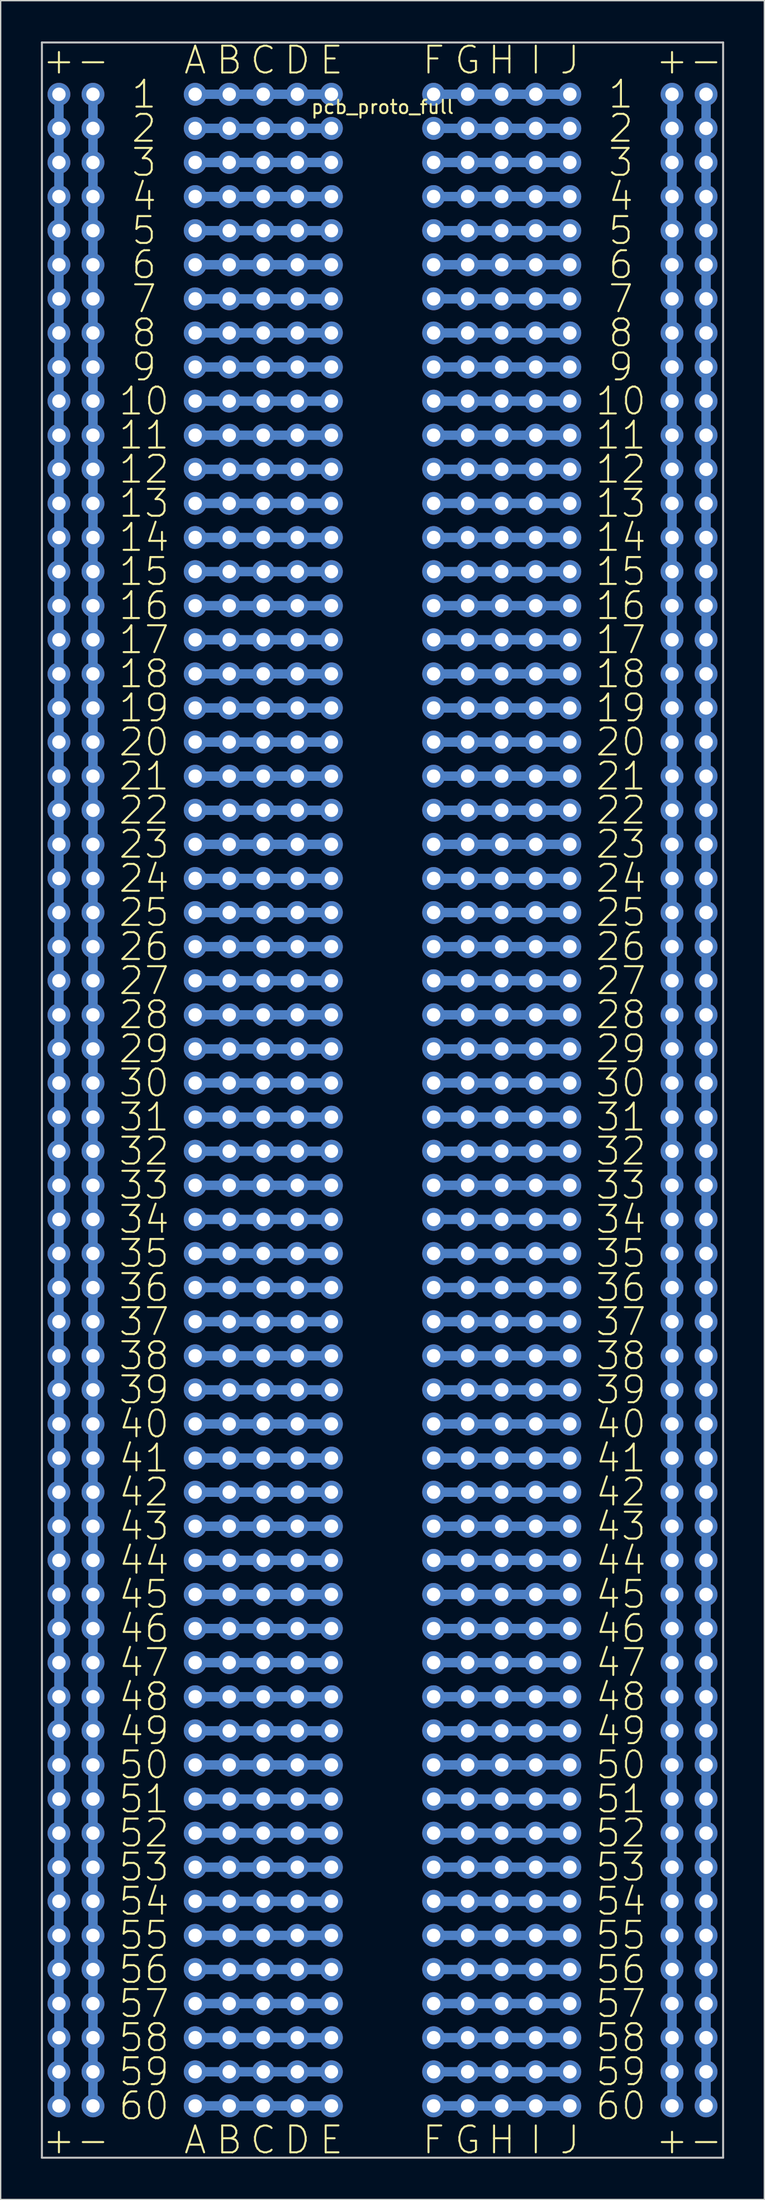
<source format=kicad_pcb>
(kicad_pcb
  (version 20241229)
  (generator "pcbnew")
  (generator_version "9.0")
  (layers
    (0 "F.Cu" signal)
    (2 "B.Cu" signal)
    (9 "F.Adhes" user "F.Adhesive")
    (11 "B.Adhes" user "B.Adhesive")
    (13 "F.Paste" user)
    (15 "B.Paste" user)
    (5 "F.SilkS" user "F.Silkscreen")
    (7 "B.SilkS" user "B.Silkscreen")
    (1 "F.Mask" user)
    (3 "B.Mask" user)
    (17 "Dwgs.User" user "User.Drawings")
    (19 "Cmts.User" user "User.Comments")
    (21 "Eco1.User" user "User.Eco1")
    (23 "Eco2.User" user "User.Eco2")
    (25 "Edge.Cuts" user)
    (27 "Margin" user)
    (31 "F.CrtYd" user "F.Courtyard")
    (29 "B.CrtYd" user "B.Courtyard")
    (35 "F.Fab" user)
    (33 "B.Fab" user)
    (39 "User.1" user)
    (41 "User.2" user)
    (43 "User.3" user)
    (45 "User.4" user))
  (footprint "pcb_proto_full"
    (layer "F.Cu")
    (at 25.475 3.923)
    (property "Reference" "pcb_proto_full" (at 0 1 0) (layer "F.SilkS") (effects (font (size 1 1) (thickness 0.15))))
    (attr through_hole)
    (fp_line (start -25.4 -3.81) (end -25.4 153.77) (stroke (width 0.15) (type solid)) (layer "Dwgs.User"))
    (fp_line (start -25.4 153.77) (end 25.4 153.77) (stroke (width 0.15) (type solid)) (layer "Dwgs.User"))
    (fp_line (start 25.4 -3.81) (end -25.4 -3.81) (stroke (width 0.15) (type solid)) (layer "Dwgs.User"))
    (fp_line (start 25.4 153.77) (end 25.4 -3.81) (stroke (width 0.15) (type solid)) (layer "Dwgs.User"))
    (fp_text user "25" (at -17.78 61.01 0) (layer "F.SilkS") (effects (font (size 2 2) (thickness 0.15))))
    (fp_text user "32" (at -17.78 78.79 0) (layer "F.SilkS") (effects (font (size 2 2) (thickness 0.15))))
    (fp_text user "31" (at -17.78 76.25 0) (layer "F.SilkS") (effects (font (size 2 2) (thickness 0.15))))
    (fp_text user "10" (at 17.78 22.91 0) (layer "F.SilkS") (effects (font (size 2 2) (thickness 0.15))))
    (fp_text user "-" (at -21.59 152.45 0) (layer "F.SilkS") (effects (font (size 2 2) (thickness 0.15))))
    (fp_text user "15" (at 17.78 35.61 0) (layer "F.SilkS") (effects (font (size 2 2) (thickness 0.15))))
    (fp_text user "20" (at -17.78 48.31 0) (layer "F.SilkS") (effects (font (size 2 2) (thickness 0.15))))
    (fp_text user "16" (at 17.78 38.15 0) (layer "F.SilkS") (effects (font (size 2 2) (thickness 0.15))))
    (fp_text user "23" (at 17.78 55.93 0) (layer "F.SilkS") (effects (font (size 2 2) (thickness 0.15))))
    (fp_text user "57" (at 17.78 142.29 0) (layer "F.SilkS") (effects (font (size 2 2) (thickness 0.15))))
    (fp_text user "2" (at -17.78 2.59 0) (layer "F.SilkS") (effects (font (size 2 2) (thickness 0.15))))
    (fp_text user "48" (at 17.78 119.43 0) (layer "F.SilkS") (effects (font (size 2 2) (thickness 0.15))))
    (fp_text user "28" (at 17.78 68.63 0) (layer "F.SilkS") (effects (font (size 2 2) (thickness 0.15))))
    (fp_text user "A" (at -13.97 -2.49 0) (layer "F.SilkS") (effects (font (size 2 2) (thickness 0.15))))
    (fp_text user "60" (at -17.78 149.91 0) (layer "F.SilkS") (effects (font (size 2 2) (thickness 0.15))))
    (fp_text user "27" (at -17.78 66.09 0) (layer "F.SilkS") (effects (font (size 2 2) (thickness 0.15))))
    (fp_text user "-" (at 24.13 152.45 0) (layer "F.SilkS") (effects (font (size 2 2) (thickness 0.15))))
    (fp_text user "17" (at -17.78 40.69 0) (layer "F.SilkS") (effects (font (size 2 2) (thickness 0.15))))
    (fp_text user "44" (at 17.78 109.27 0) (layer "F.SilkS") (effects (font (size 2 2) (thickness 0.15))))
    (fp_text user "22" (at 17.78 53.39 0) (layer "F.SilkS") (effects (font (size 2 2) (thickness 0.15))))
    (fp_text user "38" (at -17.78 94.03 0) (layer "F.SilkS") (effects (font (size 2 2) (thickness 0.15))))
    (fp_text user "6" (at 17.78 12.75 0) (layer "F.SilkS") (effects (font (size 2 2) (thickness 0.15))))
    (fp_text user "38" (at 17.78 94.03 0) (layer "F.SilkS") (effects (font (size 2 2) (thickness 0.15))))
    (fp_text user "-" (at 24.13 -2.49 0) (layer "F.SilkS") (effects (font (size 2 2) (thickness 0.15))))
    (fp_text user "36" (at -17.78 88.95 0) (layer "F.SilkS") (effects (font (size 2 2) (thickness 0.15))))
    (fp_text user "H" (at 8.89 152.45 0) (layer "F.SilkS") (effects (font (size 2 2) (thickness 0.15))))
    (fp_text user "40" (at -17.78 99.11 0) (layer "F.SilkS") (effects (font (size 2 2) (thickness 0.15))))
    (fp_text user "11" (at 17.78 25.45 0) (layer "F.SilkS") (effects (font (size 2 2) (thickness 0.15))))
    (fp_text user "51" (at 17.78 127.05 0) (layer "F.SilkS") (effects (font (size 2 2) (thickness 0.15))))
    (fp_text user "21" (at 17.78 50.85 0) (layer "F.SilkS") (effects (font (size 2 2) (thickness 0.15))))
    (fp_text user "39" (at 17.78 96.57 0) (layer "F.SilkS") (effects (font (size 2 2) (thickness 0.15))))
    (fp_text user "D" (at -6.35 -2.49 0) (layer "F.SilkS") (effects (font (size 2 2) (thickness 0.15))))
    (fp_text user "50" (at 17.78 124.51 0) (layer "F.SilkS") (effects (font (size 2 2) (thickness 0.15))))
    (fp_text user "6" (at -17.78 12.75 0) (layer "F.SilkS") (effects (font (size 2 2) (thickness 0.15))))
    (fp_text user "34" (at -17.78 83.87 0) (layer "F.SilkS") (effects (font (size 2 2) (thickness 0.15))))
    (fp_text user "53" (at -17.78 132.13 0) (layer "F.SilkS") (effects (font (size 2 2) (thickness 0.15))))
    (fp_text user "31" (at 17.78 76.25 0) (layer "F.SilkS") (effects (font (size 2 2) (thickness 0.15))))
    (fp_text user "59" (at -17.78 147.37 0) (layer "F.SilkS") (effects (font (size 2 2) (thickness 0.15))))
    (fp_text user "40" (at 17.78 99.11 0) (layer "F.SilkS") (effects (font (size 2 2) (thickness 0.15))))
    (fp_text user "12" (at -17.78 27.99 0) (layer "F.SilkS") (effects (font (size 2 2) (thickness 0.15))))
    (fp_text user "7" (at -17.78 15.29 0) (layer "F.SilkS") (effects (font (size 2 2) (thickness 0.15))))
    (fp_text user "D" (at -6.35 152.45 0) (layer "F.SilkS") (effects (font (size 2 2) (thickness 0.15))))
    (fp_text user "37" (at -17.78 91.49 0) (layer "F.SilkS") (effects (font (size 2 2) (thickness 0.15))))
    (fp_text user "14" (at 17.78 33.07 0) (layer "F.SilkS") (effects (font (size 2 2) (thickness 0.15))))
    (fp_text user "-" (at -21.59 -2.49 0) (layer "F.SilkS") (effects (font (size 2 2) (thickness 0.15))))
    (fp_text user "G" (at 6.35 152.45 0) (layer "F.SilkS") (effects (font (size 2 2) (thickness 0.15))))
    (fp_text user "26" (at -17.78 63.55 0) (layer "F.SilkS") (effects (font (size 2 2) (thickness 0.15))))
    (fp_text user "1" (at 17.78 0.05 0) (layer "F.SilkS") (effects (font (size 2 2) (thickness 0.15))))
    (fp_text user "13" (at 17.78 30.53 0) (layer "F.SilkS") (effects (font (size 2 2) (thickness 0.15))))
    (fp_text user "24" (at 17.78 58.47 0) (layer "F.SilkS") (effects (font (size 2 2) (thickness 0.15))))
    (fp_text user "4" (at 17.78 7.67 0) (layer "F.SilkS") (effects (font (size 2 2) (thickness 0.15))))
    (fp_text user "E" (at -3.81 152.45 0) (layer "F.SilkS") (effects (font (size 2 2) (thickness 0.15))))
    (fp_text user "46" (at -17.78 114.35 0) (layer "F.SilkS") (effects (font (size 2 2) (thickness 0.15))))
    (fp_text user "14" (at -17.78 33.07 0) (layer "F.SilkS") (effects (font (size 2 2) (thickness 0.15))))
    (fp_text user "3" (at 17.78 5.13 0) (layer "F.SilkS") (effects (font (size 2 2) (thickness 0.15))))
    (fp_text user "J" (at 13.97 -2.49 0) (layer "F.SilkS") (effects (font (size 2 2) (thickness 0.15))))
    (fp_text user "35" (at 17.78 86.41 0) (layer "F.SilkS") (effects (font (size 2 2) (thickness 0.15))))
    (fp_text user "9" (at 17.78 20.37 0) (layer "F.SilkS") (effects (font (size 2 2) (thickness 0.15))))
    (fp_text user "+" (at -24.13 -2.49 0) (layer "F.SilkS") (effects (font (size 2 2) (thickness 0.15))))
    (fp_text user "37" (at 17.78 91.49 0) (layer "F.SilkS") (effects (font (size 2 2) (thickness 0.15))))
    (fp_text user "B" (at -11.43 -2.49 0) (layer "F.SilkS") (effects (font (size 2 2) (thickness 0.15))))
    (fp_text user "36" (at 17.78 88.95 0) (layer "F.SilkS") (effects (font (size 2 2) (thickness 0.15))))
    (fp_text user "33" (at -17.78 81.33 0) (layer "F.SilkS") (effects (font (size 2 2) (thickness 0.15))))
    (fp_text user "20" (at 17.78 48.31 0) (layer "F.SilkS") (effects (font (size 2 2) (thickness 0.15))))
    (fp_text user "53" (at 17.78 132.13 0) (layer "F.SilkS") (effects (font (size 2 2) (thickness 0.15))))
    (fp_text user "58" (at 17.78 144.83 0) (layer "F.SilkS") (effects (font (size 2 2) (thickness 0.15))))
    (fp_text user "47" (at -17.78 116.89 0) (layer "F.SilkS") (effects (font (size 2 2) (thickness 0.15))))
    (fp_text user "H" (at 8.89 -2.49 0) (layer "F.SilkS") (effects (font (size 2 2) (thickness 0.15))))
    (fp_text user "43" (at -17.78 106.73 0) (layer "F.SilkS") (effects (font (size 2 2) (thickness 0.15))))
    (fp_text user "35" (at -17.78 86.41 0) (layer "F.SilkS") (effects (font (size 2 2) (thickness 0.15))))
    (fp_text user "49" (at 17.78 121.97 0) (layer "F.SilkS") (effects (font (size 2 2) (thickness 0.15))))
    (fp_text user "16" (at -17.78 38.15 0) (layer "F.SilkS") (effects (font (size 2 2) (thickness 0.15))))
    (fp_text user "25" (at 17.78 61.01 0) (layer "F.SilkS") (effects (font (size 2 2) (thickness 0.15))))
    (fp_text user "43" (at 17.78 106.73 0) (layer "F.SilkS") (effects (font (size 2 2) (thickness 0.15))))
    (fp_text user "52" (at 17.78 129.59 0) (layer "F.SilkS") (effects (font (size 2 2) (thickness 0.15))))
    (fp_text user "60" (at 17.78 149.91 0) (layer "F.SilkS") (effects (font (size 2 2) (thickness 0.15))))
    (fp_text user "12" (at 17.78 27.99 0) (layer "F.SilkS") (effects (font (size 2 2) (thickness 0.15))))
    (fp_text user "55" (at 17.78 137.21 0) (layer "F.SilkS") (effects (font (size 2 2) (thickness 0.15))))
    (fp_text user "2" (at 17.78 2.59 0) (layer "F.SilkS") (effects (font (size 2 2) (thickness 0.15))))
    (fp_text user "I" (at 11.43 152.45 0) (layer "F.SilkS") (effects (font (size 2 2) (thickness 0.15))))
    (fp_text user "3" (at -17.78 5.13 0) (layer "F.SilkS") (effects (font (size 2 2) (thickness 0.15))))
    (fp_text user "47" (at 17.78 116.89 0) (layer "F.SilkS") (effects (font (size 2 2) (thickness 0.15))))
    (fp_text user "G" (at 6.35 -2.49 0) (layer "F.SilkS") (effects (font (size 2 2) (thickness 0.15))))
    (fp_text user "C" (at -8.89 -2.49 0) (layer "F.SilkS") (effects (font (size 2 2) (thickness 0.15))))
    (fp_text user "57" (at -17.78 142.29 0) (layer "F.SilkS") (effects (font (size 2 2) (thickness 0.15))))
    (fp_text user "22" (at -17.78 53.39 0) (layer "F.SilkS") (effects (font (size 2 2) (thickness 0.15))))
    (fp_text user "C" (at -8.89 152.45 0) (layer "F.SilkS") (effects (font (size 2 2) (thickness 0.15))))
    (fp_text user "18" (at 17.78 43.23 0) (layer "F.SilkS") (effects (font (size 2 2) (thickness 0.15))))
    (fp_text user "59" (at 17.78 147.37 0) (layer "F.SilkS") (effects (font (size 2 2) (thickness 0.15))))
    (fp_text user "7" (at 17.78 15.29 0) (layer "F.SilkS") (effects (font (size 2 2) (thickness 0.15))))
    (fp_text user "50" (at -17.78 124.51 0) (layer "F.SilkS") (effects (font (size 2 2) (thickness 0.15))))
    (fp_text user "F" (at 3.81 -2.49 0) (layer "F.SilkS") (effects (font (size 2 2) (thickness 0.15))))
    (fp_text user "9" (at -17.78 20.37 0) (layer "F.SilkS") (effects (font (size 2 2) (thickness 0.15))))
    (fp_text user "54" (at -17.78 134.67 0) (layer "F.SilkS") (effects (font (size 2 2) (thickness 0.15))))
    (fp_text user "10" (at -17.78 22.91 0) (layer "F.SilkS") (effects (font (size 2 2) (thickness 0.15))))
    (fp_text user "29" (at -17.78 71.17 0) (layer "F.SilkS") (effects (font (size 2 2) (thickness 0.15))))
    (fp_text user "23" (at -17.78 55.93 0) (layer "F.SilkS") (effects (font (size 2 2) (thickness 0.15))))
    (fp_text user "F" (at 3.81 152.45 0) (layer "F.SilkS") (effects (font (size 2 2) (thickness 0.15))))
    (fp_text user "41" (at 17.78 101.65 0) (layer "F.SilkS") (effects (font (size 2 2) (thickness 0.15))))
    (fp_text user "18" (at -17.78 43.23 0) (layer "F.SilkS") (effects (font (size 2 2) (thickness 0.15))))
    (fp_text user "17" (at 17.78 40.69 0) (layer "F.SilkS") (effects (font (size 2 2) (thickness 0.15))))
    (fp_text user "49" (at -17.78 121.97 0) (layer "F.SilkS") (effects (font (size 2 2) (thickness 0.15))))
    (fp_text user "+" (at 21.59 -2.49 0) (layer "F.SilkS") (effects (font (size 2 2) (thickness 0.15))))
    (fp_text user "28" (at -17.78 68.63 0) (layer "F.SilkS") (effects (font (size 2 2) (thickness 0.15))))
    (fp_text user "I" (at 11.43 -2.49 0) (layer "F.SilkS") (effects (font (size 2 2) (thickness 0.15))))
    (fp_text user "13" (at -17.78 30.53 0) (layer "F.SilkS") (effects (font (size 2 2) (thickness 0.15))))
    (fp_text user "55" (at -17.78 137.21 0) (layer "F.SilkS") (effects (font (size 2 2) (thickness 0.15))))
    (fp_text user "45" (at -17.78 111.81 0) (layer "F.SilkS") (effects (font (size 2 2) (thickness 0.15))))
    (fp_text user "58" (at -17.78 144.83 0) (layer "F.SilkS") (effects (font (size 2 2) (thickness 0.15))))
    (fp_text user "19" (at -17.78 45.77 0) (layer "F.SilkS") (effects (font (size 2 2) (thickness 0.15))))
    (fp_text user "5" (at -17.78 10.21 0) (layer "F.SilkS") (effects (font (size 2 2) (thickness 0.15))))
    (fp_text user "54" (at 17.78 134.67 0) (layer "F.SilkS") (effects (font (size 2 2) (thickness 0.15))))
    (fp_text user "J" (at 13.97 152.45 0) (layer "F.SilkS") (effects (font (size 2 2) (thickness 0.15))))
    (fp_text user "+" (at 21.59 152.45 0) (layer "F.SilkS") (effects (font (size 2 2) (thickness 0.15))))
    (fp_text user "33" (at 17.78 81.33 0) (layer "F.SilkS") (effects (font (size 2 2) (thickness 0.15))))
    (fp_text user "26" (at 17.78 63.55 0) (layer "F.SilkS") (effects (font (size 2 2) (thickness 0.15))))
    (fp_text user "21" (at -17.78 50.85 0) (layer "F.SilkS") (effects (font (size 2 2) (thickness 0.15))))
    (fp_text user "48" (at -17.78 119.43 0) (layer "F.SilkS") (effects (font (size 2 2) (thickness 0.15))))
    (fp_text user "4" (at -17.78 7.67 0) (layer "F.SilkS") (effects (font (size 2 2) (thickness 0.15))))
    (fp_text user "A" (at -13.97 152.45 0) (layer "F.SilkS") (effects (font (size 2 2) (thickness 0.15))))
    (fp_text user "42" (at 17.78 104.19 0) (layer "F.SilkS") (effects (font (size 2 2) (thickness 0.15))))
    (fp_text user "30" (at 17.78 73.71 0) (layer "F.SilkS") (effects (font (size 2 2) (thickness 0.15))))
    (fp_text user "15" (at -17.78 35.61 0) (layer "F.SilkS") (effects (font (size 2 2) (thickness 0.15))))
    (fp_text user "19" (at 17.78 45.77 0) (layer "F.SilkS") (effects (font (size 2 2) (thickness 0.15))))
    (fp_text user "41" (at -17.78 101.65 0) (layer "F.SilkS") (effects (font (size 2 2) (thickness 0.15))))
    (fp_text user "44" (at -17.78 109.27 0) (layer "F.SilkS") (effects (font (size 2 2) (thickness 0.15))))
    (fp_text user "42" (at -17.78 104.19 0) (layer "F.SilkS") (effects (font (size 2 2) (thickness 0.15))))
    (fp_text user "E" (at -3.81 -2.49 0) (layer "F.SilkS") (effects (font (size 2 2) (thickness 0.15))))
    (fp_text user "51" (at -17.78 127.05 0) (layer "F.SilkS") (effects (font (size 2 2) (thickness 0.15))))
    (fp_text user "1" (at -17.78 0.05 0) (layer "F.SilkS") (effects (font (size 2 2) (thickness 0.15))))
    (fp_text user "46" (at 17.78 114.35 0) (layer "F.SilkS") (effects (font (size 2 2) (thickness 0.15))))
    (fp_text user "34" (at 17.78 83.87 0) (layer "F.SilkS") (effects (font (size 2 2) (thickness 0.15))))
    (fp_text user "30" (at -17.78 73.71 0) (layer "F.SilkS") (effects (font (size 2 2) (thickness 0.15))))
    (fp_text user "27" (at 17.78 66.09 0) (layer "F.SilkS") (effects (font (size 2 2) (thickness 0.15))))
    (fp_text user "8" (at 17.78 17.83 0) (layer "F.SilkS") (effects (font (size 2 2) (thickness 0.15))))
    (fp_text user "32" (at 17.78 78.79 0) (layer "F.SilkS") (effects (font (size 2 2) (thickness 0.15))))
    (fp_text user "5" (at 17.78 10.21 0) (layer "F.SilkS") (effects (font (size 2 2) (thickness 0.15))))
    (fp_text user "56" (at -17.78 139.75 0) (layer "F.SilkS") (effects (font (size 2 2) (thickness 0.15))))
    (fp_text user "52" (at -17.78 129.59 0) (layer "F.SilkS") (effects (font (size 2 2) (thickness 0.15))))
    (fp_text user "45" (at 17.78 111.81 0) (layer "F.SilkS") (effects (font (size 2 2) (thickness 0.15))))
    (fp_text user "B" (at -11.43 152.45 0) (layer "F.SilkS") (effects (font (size 2 2) (thickness 0.15))))
    (fp_text user "+" (at -24.13 152.45 0) (layer "F.SilkS") (effects (font (size 2 2) (thickness 0.15))))
    (fp_text user "56" (at 17.78 139.75 0) (layer "F.SilkS") (effects (font (size 2 2) (thickness 0.15))))
    (fp_text user "39" (at -17.78 96.57 0) (layer "F.SilkS") (effects (font (size 2 2) (thickness 0.15))))
    (fp_text user "24" (at -17.78 58.47 0) (layer "F.SilkS") (effects (font (size 2 2) (thickness 0.15))))
    (fp_text user "8" (at -17.78 17.83 0) (layer "F.SilkS") (effects (font (size 2 2) (thickness 0.15))))
    (fp_text user "29" (at 17.78 71.17 0) (layer "F.SilkS") (effects (font (size 2 2) (thickness 0.15))))
    (fp_text user "11" (at -17.78 25.45 0) (layer "F.SilkS") (effects (font (size 2 2) (thickness 0.15))))
    (pad "" thru_hole circle (at -24.13 0.05) (size 1.7 1.7) (drill 1) (layers "*.Cu" "*.Mask"))
    (pad "" thru_hole circle (at -24.13 2.59) (size 1.7 1.7) (drill 1) (layers "*.Cu" "*.Mask"))
    (pad "" thru_hole circle (at -24.13 5.13) (size 1.7 1.7) (drill 1) (layers "*.Cu" "*.Mask"))
    (pad "" thru_hole circle (at -24.13 7.67) (size 1.7 1.7) (drill 1) (layers "*.Cu" "*.Mask"))
    (pad "" thru_hole circle (at -24.13 10.21) (size 1.7 1.7) (drill 1) (layers "*.Cu" "*.Mask"))
    (pad "" thru_hole circle (at -24.13 12.75) (size 1.7 1.7) (drill 1) (layers "*.Cu" "*.Mask"))
    (pad "" thru_hole circle (at -24.13 15.29) (size 1.7 1.7) (drill 1) (layers "*.Cu" "*.Mask"))
    (pad "" thru_hole circle (at -24.13 17.83) (size 1.7 1.7) (drill 1) (layers "*.Cu" "*.Mask"))
    (pad "" thru_hole circle (at -24.13 20.37) (size 1.7 1.7) (drill 1) (layers "*.Cu" "*.Mask"))
    (pad "" thru_hole circle (at -24.13 22.91) (size 1.7 1.7) (drill 1) (layers "*.Cu" "*.Mask"))
    (pad "" thru_hole circle (at -24.13 25.45) (size 1.7 1.7) (drill 1) (layers "*.Cu" "*.Mask"))
    (pad "" thru_hole circle (at -24.13 27.99) (size 1.7 1.7) (drill 1) (layers "*.Cu" "*.Mask"))
    (pad "" thru_hole circle (at -24.13 30.53) (size 1.7 1.7) (drill 1) (layers "*.Cu" "*.Mask"))
    (pad "" thru_hole circle (at -24.13 33.07) (size 1.7 1.7) (drill 1) (layers "*.Cu" "*.Mask"))
    (pad "" thru_hole circle (at -24.13 35.61) (size 1.7 1.7) (drill 1) (layers "*.Cu" "*.Mask"))
    (pad "" thru_hole circle (at -24.13 38.15) (size 1.7 1.7) (drill 1) (layers "*.Cu" "*.Mask"))
    (pad "" thru_hole circle (at -24.13 40.69) (size 1.7 1.7) (drill 1) (layers "*.Cu" "*.Mask"))
    (pad "" thru_hole circle (at -24.13 43.23) (size 1.7 1.7) (drill 1) (layers "*.Cu" "*.Mask"))
    (pad "" thru_hole circle (at -24.13 45.77) (size 1.7 1.7) (drill 1) (layers "*.Cu" "*.Mask"))
    (pad "" thru_hole circle (at -24.13 48.31) (size 1.7 1.7) (drill 1) (layers "*.Cu" "*.Mask"))
    (pad "" thru_hole circle (at -24.13 50.85) (size 1.7 1.7) (drill 1) (layers "*.Cu" "*.Mask"))
    (pad "" thru_hole circle (at -24.13 53.39) (size 1.7 1.7) (drill 1) (layers "*.Cu" "*.Mask"))
    (pad "" thru_hole circle (at -24.13 55.93) (size 1.7 1.7) (drill 1) (layers "*.Cu" "*.Mask"))
    (pad "" thru_hole circle (at -24.13 58.47) (size 1.7 1.7) (drill 1) (layers "*.Cu" "*.Mask"))
    (pad "" thru_hole circle (at -24.13 61.01) (size 1.7 1.7) (drill 1) (layers "*.Cu" "*.Mask"))
    (pad "" thru_hole circle (at -24.13 63.55) (size 1.7 1.7) (drill 1) (layers "*.Cu" "*.Mask"))
    (pad "" thru_hole circle (at -24.13 66.09) (size 1.7 1.7) (drill 1) (layers "*.Cu" "*.Mask"))
    (pad "" thru_hole circle (at -24.13 68.63) (size 1.7 1.7) (drill 1) (layers "*.Cu" "*.Mask"))
    (pad "" thru_hole circle (at -24.13 71.17) (size 1.7 1.7) (drill 1) (layers "*.Cu" "*.Mask"))
    (pad "" thru_hole circle (at -24.13 73.71) (size 1.7 1.7) (drill 1) (layers "*.Cu" "*.Mask"))
    (pad "" smd rect (at -24.13 74.98) (size 0.7 149.86) (layers "B.Cu" "B.Mask"))
    (pad "" thru_hole circle (at -24.13 76.25) (size 1.7 1.7) (drill 1) (layers "*.Cu" "*.Mask"))
    (pad "" thru_hole circle (at -24.13 78.79) (size 1.7 1.7) (drill 1) (layers "*.Cu" "*.Mask"))
    (pad "" thru_hole circle (at -24.13 81.33) (size 1.7 1.7) (drill 1) (layers "*.Cu" "*.Mask"))
    (pad "" thru_hole circle (at -24.13 83.87) (size 1.7 1.7) (drill 1) (layers "*.Cu" "*.Mask"))
    (pad "" thru_hole circle (at -24.13 86.41) (size 1.7 1.7) (drill 1) (layers "*.Cu" "*.Mask"))
    (pad "" thru_hole circle (at -24.13 88.95) (size 1.7 1.7) (drill 1) (layers "*.Cu" "*.Mask"))
    (pad "" thru_hole circle (at -24.13 91.49) (size 1.7 1.7) (drill 1) (layers "*.Cu" "*.Mask"))
    (pad "" thru_hole circle (at -24.13 94.03) (size 1.7 1.7) (drill 1) (layers "*.Cu" "*.Mask"))
    (pad "" thru_hole circle (at -24.13 96.57) (size 1.7 1.7) (drill 1) (layers "*.Cu" "*.Mask"))
    (pad "" thru_hole circle (at -24.13 99.11) (size 1.7 1.7) (drill 1) (layers "*.Cu" "*.Mask"))
    (pad "" thru_hole circle (at -24.13 101.65) (size 1.7 1.7) (drill 1) (layers "*.Cu" "*.Mask"))
    (pad "" thru_hole circle (at -24.13 104.19) (size 1.7 1.7) (drill 1) (layers "*.Cu" "*.Mask"))
    (pad "" thru_hole circle (at -24.13 106.73) (size 1.7 1.7) (drill 1) (layers "*.Cu" "*.Mask"))
    (pad "" thru_hole circle (at -24.13 109.27) (size 1.7 1.7) (drill 1) (layers "*.Cu" "*.Mask"))
    (pad "" thru_hole circle (at -24.13 111.81) (size 1.7 1.7) (drill 1) (layers "*.Cu" "*.Mask"))
    (pad "" thru_hole circle (at -24.13 114.35) (size 1.7 1.7) (drill 1) (layers "*.Cu" "*.Mask"))
    (pad "" thru_hole circle (at -24.13 116.89) (size 1.7 1.7) (drill 1) (layers "*.Cu" "*.Mask"))
    (pad "" thru_hole circle (at -24.13 119.43) (size 1.7 1.7) (drill 1) (layers "*.Cu" "*.Mask"))
    (pad "" thru_hole circle (at -24.13 121.97) (size 1.7 1.7) (drill 1) (layers "*.Cu" "*.Mask"))
    (pad "" thru_hole circle (at -24.13 124.51) (size 1.7 1.7) (drill 1) (layers "*.Cu" "*.Mask"))
    (pad "" thru_hole circle (at -24.13 127.05) (size 1.7 1.7) (drill 1) (layers "*.Cu" "*.Mask"))
    (pad "" thru_hole circle (at -24.13 129.59) (size 1.7 1.7) (drill 1) (layers "*.Cu" "*.Mask"))
    (pad "" thru_hole circle (at -24.13 132.13) (size 1.7 1.7) (drill 1) (layers "*.Cu" "*.Mask"))
    (pad "" thru_hole circle (at -24.13 134.67) (size 1.7 1.7) (drill 1) (layers "*.Cu" "*.Mask"))
    (pad "" thru_hole circle (at -24.13 137.21) (size 1.7 1.7) (drill 1) (layers "*.Cu" "*.Mask"))
    (pad "" thru_hole circle (at -24.13 139.75) (size 1.7 1.7) (drill 1) (layers "*.Cu" "*.Mask"))
    (pad "" thru_hole circle (at -24.13 142.29) (size 1.7 1.7) (drill 1) (layers "*.Cu" "*.Mask"))
    (pad "" thru_hole circle (at -24.13 144.83) (size 1.7 1.7) (drill 1) (layers "*.Cu" "*.Mask"))
    (pad "" thru_hole circle (at -24.13 147.37) (size 1.7 1.7) (drill 1) (layers "*.Cu" "*.Mask"))
    (pad "" thru_hole circle (at -24.13 149.91) (size 1.7 1.7) (drill 1) (layers "*.Cu" "*.Mask"))
    (pad "" thru_hole circle (at -21.59 0.05) (size 1.7 1.7) (drill 1) (layers "*.Cu" "*.Mask"))
    (pad "" thru_hole circle (at -21.59 2.59) (size 1.7 1.7) (drill 1) (layers "*.Cu" "*.Mask"))
    (pad "" thru_hole circle (at -21.59 5.13) (size 1.7 1.7) (drill 1) (layers "*.Cu" "*.Mask"))
    (pad "" thru_hole circle (at -21.59 7.67) (size 1.7 1.7) (drill 1) (layers "*.Cu" "*.Mask"))
    (pad "" thru_hole circle (at -21.59 10.21) (size 1.7 1.7) (drill 1) (layers "*.Cu" "*.Mask"))
    (pad "" thru_hole circle (at -21.59 12.75) (size 1.7 1.7) (drill 1) (layers "*.Cu" "*.Mask"))
    (pad "" thru_hole circle (at -21.59 15.29) (size 1.7 1.7) (drill 1) (layers "*.Cu" "*.Mask"))
    (pad "" thru_hole circle (at -21.59 17.83) (size 1.7 1.7) (drill 1) (layers "*.Cu" "*.Mask"))
    (pad "" thru_hole circle (at -21.59 20.37) (size 1.7 1.7) (drill 1) (layers "*.Cu" "*.Mask"))
    (pad "" thru_hole circle (at -21.59 22.91) (size 1.7 1.7) (drill 1) (layers "*.Cu" "*.Mask"))
    (pad "" thru_hole circle (at -21.59 25.45) (size 1.7 1.7) (drill 1) (layers "*.Cu" "*.Mask"))
    (pad "" thru_hole circle (at -21.59 27.99) (size 1.7 1.7) (drill 1) (layers "*.Cu" "*.Mask"))
    (pad "" thru_hole circle (at -21.59 30.53) (size 1.7 1.7) (drill 1) (layers "*.Cu" "*.Mask"))
    (pad "" thru_hole circle (at -21.59 33.07) (size 1.7 1.7) (drill 1) (layers "*.Cu" "*.Mask"))
    (pad "" thru_hole circle (at -21.59 35.61) (size 1.7 1.7) (drill 1) (layers "*.Cu" "*.Mask"))
    (pad "" thru_hole circle (at -21.59 38.15) (size 1.7 1.7) (drill 1) (layers "*.Cu" "*.Mask"))
    (pad "" thru_hole circle (at -21.59 40.69) (size 1.7 1.7) (drill 1) (layers "*.Cu" "*.Mask"))
    (pad "" thru_hole circle (at -21.59 43.23) (size 1.7 1.7) (drill 1) (layers "*.Cu" "*.Mask"))
    (pad "" thru_hole circle (at -21.59 45.77) (size 1.7 1.7) (drill 1) (layers "*.Cu" "*.Mask"))
    (pad "" thru_hole circle (at -21.59 48.31) (size 1.7 1.7) (drill 1) (layers "*.Cu" "*.Mask"))
    (pad "" thru_hole circle (at -21.59 50.85) (size 1.7 1.7) (drill 1) (layers "*.Cu" "*.Mask"))
    (pad "" thru_hole circle (at -21.59 53.39) (size 1.7 1.7) (drill 1) (layers "*.Cu" "*.Mask"))
    (pad "" thru_hole circle (at -21.59 55.93) (size 1.7 1.7) (drill 1) (layers "*.Cu" "*.Mask"))
    (pad "" thru_hole circle (at -21.59 58.47) (size 1.7 1.7) (drill 1) (layers "*.Cu" "*.Mask"))
    (pad "" thru_hole circle (at -21.59 61.01) (size 1.7 1.7) (drill 1) (layers "*.Cu" "*.Mask"))
    (pad "" thru_hole circle (at -21.59 63.55) (size 1.7 1.7) (drill 1) (layers "*.Cu" "*.Mask"))
    (pad "" thru_hole circle (at -21.59 66.09) (size 1.7 1.7) (drill 1) (layers "*.Cu" "*.Mask"))
    (pad "" thru_hole circle (at -21.59 68.63) (size 1.7 1.7) (drill 1) (layers "*.Cu" "*.Mask"))
    (pad "" thru_hole circle (at -21.59 71.17) (size 1.7 1.7) (drill 1) (layers "*.Cu" "*.Mask"))
    (pad "" thru_hole circle (at -21.59 73.71) (size 1.7 1.7) (drill 1) (layers "*.Cu" "*.Mask"))
    (pad "" smd rect (at -21.59 74.98) (size 0.7 149.86) (layers "B.Cu" "B.Mask"))
    (pad "" thru_hole circle (at -21.59 76.25) (size 1.7 1.7) (drill 1) (layers "*.Cu" "*.Mask"))
    (pad "" thru_hole circle (at -21.59 78.79) (size 1.7 1.7) (drill 1) (layers "*.Cu" "*.Mask"))
    (pad "" thru_hole circle (at -21.59 81.33) (size 1.7 1.7) (drill 1) (layers "*.Cu" "*.Mask"))
    (pad "" thru_hole circle (at -21.59 83.87) (size 1.7 1.7) (drill 1) (layers "*.Cu" "*.Mask"))
    (pad "" thru_hole circle (at -21.59 86.41) (size 1.7 1.7) (drill 1) (layers "*.Cu" "*.Mask"))
    (pad "" thru_hole circle (at -21.59 88.95) (size 1.7 1.7) (drill 1) (layers "*.Cu" "*.Mask"))
    (pad "" thru_hole circle (at -21.59 91.49) (size 1.7 1.7) (drill 1) (layers "*.Cu" "*.Mask"))
    (pad "" thru_hole circle (at -21.59 94.03) (size 1.7 1.7) (drill 1) (layers "*.Cu" "*.Mask"))
    (pad "" thru_hole circle (at -21.59 96.57) (size 1.7 1.7) (drill 1) (layers "*.Cu" "*.Mask"))
    (pad "" thru_hole circle (at -21.59 99.11) (size 1.7 1.7) (drill 1) (layers "*.Cu" "*.Mask"))
    (pad "" thru_hole circle (at -21.59 101.65) (size 1.7 1.7) (drill 1) (layers "*.Cu" "*.Mask"))
    (pad "" thru_hole circle (at -21.59 104.19) (size 1.7 1.7) (drill 1) (layers "*.Cu" "*.Mask"))
    (pad "" thru_hole circle (at -21.59 106.73) (size 1.7 1.7) (drill 1) (layers "*.Cu" "*.Mask"))
    (pad "" thru_hole circle (at -21.59 109.27) (size 1.7 1.7) (drill 1) (layers "*.Cu" "*.Mask"))
    (pad "" thru_hole circle (at -21.59 111.81) (size 1.7 1.7) (drill 1) (layers "*.Cu" "*.Mask"))
    (pad "" thru_hole circle (at -21.59 114.35) (size 1.7 1.7) (drill 1) (layers "*.Cu" "*.Mask"))
    (pad "" thru_hole circle (at -21.59 116.89) (size 1.7 1.7) (drill 1) (layers "*.Cu" "*.Mask"))
    (pad "" thru_hole circle (at -21.59 119.43) (size 1.7 1.7) (drill 1) (layers "*.Cu" "*.Mask"))
    (pad "" thru_hole circle (at -21.59 121.97) (size 1.7 1.7) (drill 1) (layers "*.Cu" "*.Mask"))
    (pad "" thru_hole circle (at -21.59 124.51) (size 1.7 1.7) (drill 1) (layers "*.Cu" "*.Mask"))
    (pad "" thru_hole circle (at -21.59 127.05) (size 1.7 1.7) (drill 1) (layers "*.Cu" "*.Mask"))
    (pad "" thru_hole circle (at -21.59 129.59) (size 1.7 1.7) (drill 1) (layers "*.Cu" "*.Mask"))
    (pad "" thru_hole circle (at -21.59 132.13) (size 1.7 1.7) (drill 1) (layers "*.Cu" "*.Mask"))
    (pad "" thru_hole circle (at -21.59 134.67) (size 1.7 1.7) (drill 1) (layers "*.Cu" "*.Mask"))
    (pad "" thru_hole circle (at -21.59 137.21) (size 1.7 1.7) (drill 1) (layers "*.Cu" "*.Mask"))
    (pad "" thru_hole circle (at -21.59 139.75) (size 1.7 1.7) (drill 1) (layers "*.Cu" "*.Mask"))
    (pad "" thru_hole circle (at -21.59 142.29) (size 1.7 1.7) (drill 1) (layers "*.Cu" "*.Mask"))
    (pad "" thru_hole circle (at -21.59 144.83) (size 1.7 1.7) (drill 1) (layers "*.Cu" "*.Mask"))
    (pad "" thru_hole circle (at -21.59 147.37) (size 1.7 1.7) (drill 1) (layers "*.Cu" "*.Mask"))
    (pad "" thru_hole circle (at -21.59 149.91) (size 1.7 1.7) (drill 1) (layers "*.Cu" "*.Mask"))
    (pad "" thru_hole circle (at -13.97 0.05) (size 1.7 1.7) (drill 1) (layers "*.Cu" "*.Mask"))
    (pad "" thru_hole circle (at -13.97 2.59) (size 1.7 1.7) (drill 1) (layers "*.Cu" "*.Mask"))
    (pad "" thru_hole circle (at -13.97 5.13) (size 1.7 1.7) (drill 1) (layers "*.Cu" "*.Mask"))
    (pad "" thru_hole circle (at -13.97 7.67) (size 1.7 1.7) (drill 1) (layers "*.Cu" "*.Mask"))
    (pad "" thru_hole circle (at -13.97 10.21) (size 1.7 1.7) (drill 1) (layers "*.Cu" "*.Mask"))
    (pad "" thru_hole circle (at -13.97 12.75) (size 1.7 1.7) (drill 1) (layers "*.Cu" "*.Mask"))
    (pad "" thru_hole circle (at -13.97 15.29) (size 1.7 1.7) (drill 1) (layers "*.Cu" "*.Mask"))
    (pad "" thru_hole circle (at -13.97 17.83) (size 1.7 1.7) (drill 1) (layers "*.Cu" "*.Mask"))
    (pad "" thru_hole circle (at -13.97 20.37) (size 1.7 1.7) (drill 1) (layers "*.Cu" "*.Mask"))
    (pad "" thru_hole circle (at -13.97 22.91) (size 1.7 1.7) (drill 1) (layers "*.Cu" "*.Mask"))
    (pad "" thru_hole circle (at -13.97 25.45) (size 1.7 1.7) (drill 1) (layers "*.Cu" "*.Mask"))
    (pad "" thru_hole circle (at -13.97 27.99) (size 1.7 1.7) (drill 1) (layers "*.Cu" "*.Mask"))
    (pad "" thru_hole circle (at -13.97 30.53) (size 1.7 1.7) (drill 1) (layers "*.Cu" "*.Mask"))
    (pad "" thru_hole circle (at -13.97 33.07) (size 1.7 1.7) (drill 1) (layers "*.Cu" "*.Mask"))
    (pad "" thru_hole circle (at -13.97 35.61) (size 1.7 1.7) (drill 1) (layers "*.Cu" "*.Mask"))
    (pad "" thru_hole circle (at -13.97 38.15) (size 1.7 1.7) (drill 1) (layers "*.Cu" "*.Mask"))
    (pad "" thru_hole circle (at -13.97 40.69) (size 1.7 1.7) (drill 1) (layers "*.Cu" "*.Mask"))
    (pad "" thru_hole circle (at -13.97 43.23) (size 1.7 1.7) (drill 1) (layers "*.Cu" "*.Mask"))
    (pad "" thru_hole circle (at -13.97 45.77) (size 1.7 1.7) (drill 1) (layers "*.Cu" "*.Mask"))
    (pad "" thru_hole circle (at -13.97 48.31) (size 1.7 1.7) (drill 1) (layers "*.Cu" "*.Mask"))
    (pad "" thru_hole circle (at -13.97 50.85) (size 1.7 1.7) (drill 1) (layers "*.Cu" "*.Mask"))
    (pad "" thru_hole circle (at -13.97 53.39) (size 1.7 1.7) (drill 1) (layers "*.Cu" "*.Mask"))
    (pad "" thru_hole circle (at -13.97 55.93) (size 1.7 1.7) (drill 1) (layers "*.Cu" "*.Mask"))
    (pad "" thru_hole circle (at -13.97 58.47) (size 1.7 1.7) (drill 1) (layers "*.Cu" "*.Mask"))
    (pad "" thru_hole circle (at -13.97 61.01) (size 1.7 1.7) (drill 1) (layers "*.Cu" "*.Mask"))
    (pad "" thru_hole circle (at -13.97 63.55) (size 1.7 1.7) (drill 1) (layers "*.Cu" "*.Mask"))
    (pad "" thru_hole circle (at -13.97 66.09) (size 1.7 1.7) (drill 1) (layers "*.Cu" "*.Mask"))
    (pad "" thru_hole circle (at -13.97 68.63) (size 1.7 1.7) (drill 1) (layers "*.Cu" "*.Mask"))
    (pad "" thru_hole circle (at -13.97 71.17) (size 1.7 1.7) (drill 1) (layers "*.Cu" "*.Mask"))
    (pad "" thru_hole circle (at -13.97 73.71) (size 1.7 1.7) (drill 1) (layers "*.Cu" "*.Mask"))
    (pad "" thru_hole circle (at -13.97 76.25) (size 1.7 1.7) (drill 1) (layers "*.Cu" "*.Mask"))
    (pad "" thru_hole circle (at -13.97 78.79) (size 1.7 1.7) (drill 1) (layers "*.Cu" "*.Mask"))
    (pad "" thru_hole circle (at -13.97 81.33) (size 1.7 1.7) (drill 1) (layers "*.Cu" "*.Mask"))
    (pad "" thru_hole circle (at -13.97 83.87) (size 1.7 1.7) (drill 1) (layers "*.Cu" "*.Mask"))
    (pad "" thru_hole circle (at -13.97 86.41) (size 1.7 1.7) (drill 1) (layers "*.Cu" "*.Mask"))
    (pad "" thru_hole circle (at -13.97 88.95) (size 1.7 1.7) (drill 1) (layers "*.Cu" "*.Mask"))
    (pad "" thru_hole circle (at -13.97 91.49) (size 1.7 1.7) (drill 1) (layers "*.Cu" "*.Mask"))
    (pad "" thru_hole circle (at -13.97 94.03) (size 1.7 1.7) (drill 1) (layers "*.Cu" "*.Mask"))
    (pad "" thru_hole circle (at -13.97 96.57) (size 1.7 1.7) (drill 1) (layers "*.Cu" "*.Mask"))
    (pad "" thru_hole circle (at -13.97 99.11) (size 1.7 1.7) (drill 1) (layers "*.Cu" "*.Mask"))
    (pad "" thru_hole circle (at -13.97 101.65) (size 1.7 1.7) (drill 1) (layers "*.Cu" "*.Mask"))
    (pad "" thru_hole circle (at -13.97 104.19) (size 1.7 1.7) (drill 1) (layers "*.Cu" "*.Mask"))
    (pad "" thru_hole circle (at -13.97 106.73) (size 1.7 1.7) (drill 1) (layers "*.Cu" "*.Mask"))
    (pad "" thru_hole circle (at -13.97 109.27) (size 1.7 1.7) (drill 1) (layers "*.Cu" "*.Mask"))
    (pad "" thru_hole circle (at -13.97 111.81) (size 1.7 1.7) (drill 1) (layers "*.Cu" "*.Mask"))
    (pad "" thru_hole circle (at -13.97 114.35) (size 1.7 1.7) (drill 1) (layers "*.Cu" "*.Mask"))
    (pad "" thru_hole circle (at -13.97 116.89) (size 1.7 1.7) (drill 1) (layers "*.Cu" "*.Mask"))
    (pad "" thru_hole circle (at -13.97 119.43) (size 1.7 1.7) (drill 1) (layers "*.Cu" "*.Mask"))
    (pad "" thru_hole circle (at -13.97 121.97) (size 1.7 1.7) (drill 1) (layers "*.Cu" "*.Mask"))
    (pad "" thru_hole circle (at -13.97 124.51) (size 1.7 1.7) (drill 1) (layers "*.Cu" "*.Mask"))
    (pad "" thru_hole circle (at -13.97 127.05) (size 1.7 1.7) (drill 1) (layers "*.Cu" "*.Mask"))
    (pad "" thru_hole circle (at -13.97 129.59) (size 1.7 1.7) (drill 1) (layers "*.Cu" "*.Mask"))
    (pad "" thru_hole circle (at -13.97 132.13) (size 1.7 1.7) (drill 1) (layers "*.Cu" "*.Mask"))
    (pad "" thru_hole circle (at -13.97 134.67) (size 1.7 1.7) (drill 1) (layers "*.Cu" "*.Mask"))
    (pad "" thru_hole circle (at -13.97 137.21) (size 1.7 1.7) (drill 1) (layers "*.Cu" "*.Mask"))
    (pad "" thru_hole circle (at -13.97 139.75) (size 1.7 1.7) (drill 1) (layers "*.Cu" "*.Mask"))
    (pad "" thru_hole circle (at -13.97 142.29) (size 1.7 1.7) (drill 1) (layers "*.Cu" "*.Mask"))
    (pad "" thru_hole circle (at -13.97 144.83) (size 1.7 1.7) (drill 1) (layers "*.Cu" "*.Mask"))
    (pad "" thru_hole circle (at -13.97 147.37) (size 1.7 1.7) (drill 1) (layers "*.Cu" "*.Mask"))
    (pad "" thru_hole circle (at -13.97 149.91) (size 1.7 1.7) (drill 1) (layers "*.Cu" "*.Mask"))
    (pad "" thru_hole circle (at -11.43 0.05) (size 1.7 1.7) (drill 1) (layers "*.Cu" "*.Mask"))
    (pad "" thru_hole circle (at -11.43 2.59) (size 1.7 1.7) (drill 1) (layers "*.Cu" "*.Mask"))
    (pad "" thru_hole circle (at -11.43 5.13) (size 1.7 1.7) (drill 1) (layers "*.Cu" "*.Mask"))
    (pad "" thru_hole circle (at -11.43 7.67) (size 1.7 1.7) (drill 1) (layers "*.Cu" "*.Mask"))
    (pad "" thru_hole circle (at -11.43 10.21) (size 1.7 1.7) (drill 1) (layers "*.Cu" "*.Mask"))
    (pad "" thru_hole circle (at -11.43 12.75) (size 1.7 1.7) (drill 1) (layers "*.Cu" "*.Mask"))
    (pad "" thru_hole circle (at -11.43 15.29) (size 1.7 1.7) (drill 1) (layers "*.Cu" "*.Mask"))
    (pad "" thru_hole circle (at -11.43 17.83) (size 1.7 1.7) (drill 1) (layers "*.Cu" "*.Mask"))
    (pad "" thru_hole circle (at -11.43 20.37) (size 1.7 1.7) (drill 1) (layers "*.Cu" "*.Mask"))
    (pad "" thru_hole circle (at -11.43 22.91) (size 1.7 1.7) (drill 1) (layers "*.Cu" "*.Mask"))
    (pad "" thru_hole circle (at -11.43 25.45) (size 1.7 1.7) (drill 1) (layers "*.Cu" "*.Mask"))
    (pad "" thru_hole circle (at -11.43 27.99) (size 1.7 1.7) (drill 1) (layers "*.Cu" "*.Mask"))
    (pad "" thru_hole circle (at -11.43 30.53) (size 1.7 1.7) (drill 1) (layers "*.Cu" "*.Mask"))
    (pad "" thru_hole circle (at -11.43 33.07) (size 1.7 1.7) (drill 1) (layers "*.Cu" "*.Mask"))
    (pad "" thru_hole circle (at -11.43 35.61) (size 1.7 1.7) (drill 1) (layers "*.Cu" "*.Mask"))
    (pad "" thru_hole circle (at -11.43 38.15) (size 1.7 1.7) (drill 1) (layers "*.Cu" "*.Mask"))
    (pad "" thru_hole circle (at -11.43 40.69) (size 1.7 1.7) (drill 1) (layers "*.Cu" "*.Mask"))
    (pad "" thru_hole circle (at -11.43 43.23) (size 1.7 1.7) (drill 1) (layers "*.Cu" "*.Mask"))
    (pad "" thru_hole circle (at -11.43 45.77) (size 1.7 1.7) (drill 1) (layers "*.Cu" "*.Mask"))
    (pad "" thru_hole circle (at -11.43 48.31) (size 1.7 1.7) (drill 1) (layers "*.Cu" "*.Mask"))
    (pad "" thru_hole circle (at -11.43 50.85) (size 1.7 1.7) (drill 1) (layers "*.Cu" "*.Mask"))
    (pad "" thru_hole circle (at -11.43 53.39) (size 1.7 1.7) (drill 1) (layers "*.Cu" "*.Mask"))
    (pad "" thru_hole circle (at -11.43 55.93) (size 1.7 1.7) (drill 1) (layers "*.Cu" "*.Mask"))
    (pad "" thru_hole circle (at -11.43 58.47) (size 1.7 1.7) (drill 1) (layers "*.Cu" "*.Mask"))
    (pad "" thru_hole circle (at -11.43 61.01) (size 1.7 1.7) (drill 1) (layers "*.Cu" "*.Mask"))
    (pad "" thru_hole circle (at -11.43 63.55) (size 1.7 1.7) (drill 1) (layers "*.Cu" "*.Mask"))
    (pad "" thru_hole circle (at -11.43 66.09) (size 1.7 1.7) (drill 1) (layers "*.Cu" "*.Mask"))
    (pad "" thru_hole circle (at -11.43 68.63) (size 1.7 1.7) (drill 1) (layers "*.Cu" "*.Mask"))
    (pad "" thru_hole circle (at -11.43 71.17) (size 1.7 1.7) (drill 1) (layers "*.Cu" "*.Mask"))
    (pad "" thru_hole circle (at -11.43 73.71) (size 1.7 1.7) (drill 1) (layers "*.Cu" "*.Mask"))
    (pad "" thru_hole circle (at -11.43 76.25) (size 1.7 1.7) (drill 1) (layers "*.Cu" "*.Mask"))
    (pad "" thru_hole circle (at -11.43 78.79) (size 1.7 1.7) (drill 1) (layers "*.Cu" "*.Mask"))
    (pad "" thru_hole circle (at -11.43 81.33) (size 1.7 1.7) (drill 1) (layers "*.Cu" "*.Mask"))
    (pad "" thru_hole circle (at -11.43 83.87) (size 1.7 1.7) (drill 1) (layers "*.Cu" "*.Mask"))
    (pad "" thru_hole circle (at -11.43 86.41) (size 1.7 1.7) (drill 1) (layers "*.Cu" "*.Mask"))
    (pad "" thru_hole circle (at -11.43 88.95) (size 1.7 1.7) (drill 1) (layers "*.Cu" "*.Mask"))
    (pad "" thru_hole circle (at -11.43 91.49) (size 1.7 1.7) (drill 1) (layers "*.Cu" "*.Mask"))
    (pad "" thru_hole circle (at -11.43 94.03) (size 1.7 1.7) (drill 1) (layers "*.Cu" "*.Mask"))
    (pad "" thru_hole circle (at -11.43 96.57) (size 1.7 1.7) (drill 1) (layers "*.Cu" "*.Mask"))
    (pad "" thru_hole circle (at -11.43 99.11) (size 1.7 1.7) (drill 1) (layers "*.Cu" "*.Mask"))
    (pad "" thru_hole circle (at -11.43 101.65) (size 1.7 1.7) (drill 1) (layers "*.Cu" "*.Mask"))
    (pad "" thru_hole circle (at -11.43 104.19) (size 1.7 1.7) (drill 1) (layers "*.Cu" "*.Mask"))
    (pad "" thru_hole circle (at -11.43 106.73) (size 1.7 1.7) (drill 1) (layers "*.Cu" "*.Mask"))
    (pad "" thru_hole circle (at -11.43 109.27) (size 1.7 1.7) (drill 1) (layers "*.Cu" "*.Mask"))
    (pad "" thru_hole circle (at -11.43 111.81) (size 1.7 1.7) (drill 1) (layers "*.Cu" "*.Mask"))
    (pad "" thru_hole circle (at -11.43 114.35) (size 1.7 1.7) (drill 1) (layers "*.Cu" "*.Mask"))
    (pad "" thru_hole circle (at -11.43 116.89) (size 1.7 1.7) (drill 1) (layers "*.Cu" "*.Mask"))
    (pad "" thru_hole circle (at -11.43 119.43) (size 1.7 1.7) (drill 1) (layers "*.Cu" "*.Mask"))
    (pad "" thru_hole circle (at -11.43 121.97) (size 1.7 1.7) (drill 1) (layers "*.Cu" "*.Mask"))
    (pad "" thru_hole circle (at -11.43 124.51) (size 1.7 1.7) (drill 1) (layers "*.Cu" "*.Mask"))
    (pad "" thru_hole circle (at -11.43 127.05) (size 1.7 1.7) (drill 1) (layers "*.Cu" "*.Mask"))
    (pad "" thru_hole circle (at -11.43 129.59) (size 1.7 1.7) (drill 1) (layers "*.Cu" "*.Mask"))
    (pad "" thru_hole circle (at -11.43 132.13) (size 1.7 1.7) (drill 1) (layers "*.Cu" "*.Mask"))
    (pad "" thru_hole circle (at -11.43 134.67) (size 1.7 1.7) (drill 1) (layers "*.Cu" "*.Mask"))
    (pad "" thru_hole circle (at -11.43 137.21) (size 1.7 1.7) (drill 1) (layers "*.Cu" "*.Mask"))
    (pad "" thru_hole circle (at -11.43 139.75) (size 1.7 1.7) (drill 1) (layers "*.Cu" "*.Mask"))
    (pad "" thru_hole circle (at -11.43 142.29) (size 1.7 1.7) (drill 1) (layers "*.Cu" "*.Mask"))
    (pad "" thru_hole circle (at -11.43 144.83) (size 1.7 1.7) (drill 1) (layers "*.Cu" "*.Mask"))
    (pad "" thru_hole circle (at -11.43 147.37) (size 1.7 1.7) (drill 1) (layers "*.Cu" "*.Mask"))
    (pad "" thru_hole circle (at -11.43 149.91) (size 1.7 1.7) (drill 1) (layers "*.Cu" "*.Mask"))
    (pad "" thru_hole circle (at -8.89 0.05) (size 1.7 1.7) (drill 1) (layers "*.Cu" "*.Mask"))
    (pad "" smd rect (at -8.89 0.05) (size 10.16 0.7) (layers "B.Cu" "B.Mask"))
    (pad "" thru_hole circle (at -8.89 2.59) (size 1.7 1.7) (drill 1) (layers "*.Cu" "*.Mask"))
    (pad "" smd rect (at -8.89 2.59) (size 10.16 0.7) (layers "B.Cu" "B.Mask"))
    (pad "" thru_hole circle (at -8.89 5.13) (size 1.7 1.7) (drill 1) (layers "*.Cu" "*.Mask"))
    (pad "" smd rect (at -8.89 5.13) (size 10.16 0.7) (layers "B.Cu" "B.Mask"))
    (pad "" thru_hole circle (at -8.89 7.67) (size 1.7 1.7) (drill 1) (layers "*.Cu" "*.Mask"))
    (pad "" smd rect (at -8.89 7.67) (size 10.16 0.7) (layers "B.Cu" "B.Mask"))
    (pad "" thru_hole circle (at -8.89 10.21) (size 1.7 1.7) (drill 1) (layers "*.Cu" "*.Mask"))
    (pad "" smd rect (at -8.89 10.21) (size 10.16 0.7) (layers "B.Cu" "B.Mask"))
    (pad "" thru_hole circle (at -8.89 12.75) (size 1.7 1.7) (drill 1) (layers "*.Cu" "*.Mask"))
    (pad "" smd rect (at -8.89 12.75) (size 10.16 0.7) (layers "B.Cu" "B.Mask"))
    (pad "" thru_hole circle (at -8.89 15.29) (size 1.7 1.7) (drill 1) (layers "*.Cu" "*.Mask"))
    (pad "" smd rect (at -8.89 15.29) (size 10.16 0.7) (layers "B.Cu" "B.Mask"))
    (pad "" thru_hole circle (at -8.89 17.83) (size 1.7 1.7) (drill 1) (layers "*.Cu" "*.Mask"))
    (pad "" smd rect (at -8.89 17.83) (size 10.16 0.7) (layers "B.Cu" "B.Mask"))
    (pad "" thru_hole circle (at -8.89 20.37) (size 1.7 1.7) (drill 1) (layers "*.Cu" "*.Mask"))
    (pad "" smd rect (at -8.89 20.37) (size 10.16 0.7) (layers "B.Cu" "B.Mask"))
    (pad "" thru_hole circle (at -8.89 22.91) (size 1.7 1.7) (drill 1) (layers "*.Cu" "*.Mask"))
    (pad "" smd rect (at -8.89 22.91) (size 10.16 0.7) (layers "B.Cu" "B.Mask"))
    (pad "" thru_hole circle (at -8.89 25.45) (size 1.7 1.7) (drill 1) (layers "*.Cu" "*.Mask"))
    (pad "" smd rect (at -8.89 25.45) (size 10.16 0.7) (layers "B.Cu" "B.Mask"))
    (pad "" thru_hole circle (at -8.89 27.99) (size 1.7 1.7) (drill 1) (layers "*.Cu" "*.Mask"))
    (pad "" smd rect (at -8.89 27.99) (size 10.16 0.7) (layers "B.Cu" "B.Mask"))
    (pad "" thru_hole circle (at -8.89 30.53) (size 1.7 1.7) (drill 1) (layers "*.Cu" "*.Mask"))
    (pad "" smd rect (at -8.89 30.53) (size 10.16 0.7) (layers "B.Cu" "B.Mask"))
    (pad "" thru_hole circle (at -8.89 33.07) (size 1.7 1.7) (drill 1) (layers "*.Cu" "*.Mask"))
    (pad "" smd rect (at -8.89 33.07) (size 10.16 0.7) (layers "B.Cu" "B.Mask"))
    (pad "" thru_hole circle (at -8.89 35.61) (size 1.7 1.7) (drill 1) (layers "*.Cu" "*.Mask"))
    (pad "" smd rect (at -8.89 35.61) (size 10.16 0.7) (layers "B.Cu" "B.Mask"))
    (pad "" thru_hole circle (at -8.89 38.15) (size 1.7 1.7) (drill 1) (layers "*.Cu" "*.Mask"))
    (pad "" smd rect (at -8.89 38.15) (size 10.16 0.7) (layers "B.Cu" "B.Mask"))
    (pad "" thru_hole circle (at -8.89 40.69) (size 1.7 1.7) (drill 1) (layers "*.Cu" "*.Mask"))
    (pad "" smd rect (at -8.89 40.69) (size 10.16 0.7) (layers "B.Cu" "B.Mask"))
    (pad "" thru_hole circle (at -8.89 43.23) (size 1.7 1.7) (drill 1) (layers "*.Cu" "*.Mask"))
    (pad "" smd rect (at -8.89 43.23) (size 10.16 0.7) (layers "B.Cu" "B.Mask"))
    (pad "" thru_hole circle (at -8.89 45.77) (size 1.7 1.7) (drill 1) (layers "*.Cu" "*.Mask"))
    (pad "" smd rect (at -8.89 45.77) (size 10.16 0.7) (layers "B.Cu" "B.Mask"))
    (pad "" thru_hole circle (at -8.89 48.31) (size 1.7 1.7) (drill 1) (layers "*.Cu" "*.Mask"))
    (pad "" smd rect (at -8.89 48.31) (size 10.16 0.7) (layers "B.Cu" "B.Mask"))
    (pad "" thru_hole circle (at -8.89 50.85) (size 1.7 1.7) (drill 1) (layers "*.Cu" "*.Mask"))
    (pad "" smd rect (at -8.89 50.85) (size 10.16 0.7) (layers "B.Cu" "B.Mask"))
    (pad "" thru_hole circle (at -8.89 53.39) (size 1.7 1.7) (drill 1) (layers "*.Cu" "*.Mask"))
    (pad "" smd rect (at -8.89 53.39) (size 10.16 0.7) (layers "B.Cu" "B.Mask"))
    (pad "" thru_hole circle (at -8.89 55.93) (size 1.7 1.7) (drill 1) (layers "*.Cu" "*.Mask"))
    (pad "" smd rect (at -8.89 55.93) (size 10.16 0.7) (layers "B.Cu" "B.Mask"))
    (pad "" thru_hole circle (at -8.89 58.47) (size 1.7 1.7) (drill 1) (layers "*.Cu" "*.Mask"))
    (pad "" smd rect (at -8.89 58.47) (size 10.16 0.7) (layers "B.Cu" "B.Mask"))
    (pad "" thru_hole circle (at -8.89 61.01) (size 1.7 1.7) (drill 1) (layers "*.Cu" "*.Mask"))
    (pad "" smd rect (at -8.89 61.01) (size 10.16 0.7) (layers "B.Cu" "B.Mask"))
    (pad "" thru_hole circle (at -8.89 63.55) (size 1.7 1.7) (drill 1) (layers "*.Cu" "*.Mask"))
    (pad "" smd rect (at -8.89 63.55) (size 10.16 0.7) (layers "B.Cu" "B.Mask"))
    (pad "" thru_hole circle (at -8.89 66.09) (size 1.7 1.7) (drill 1) (layers "*.Cu" "*.Mask"))
    (pad "" smd rect (at -8.89 66.09) (size 10.16 0.7) (layers "B.Cu" "B.Mask"))
    (pad "" thru_hole circle (at -8.89 68.63) (size 1.7 1.7) (drill 1) (layers "*.Cu" "*.Mask"))
    (pad "" smd rect (at -8.89 68.63) (size 10.16 0.7) (layers "B.Cu" "B.Mask"))
    (pad "" thru_hole circle (at -8.89 71.17) (size 1.7 1.7) (drill 1) (layers "*.Cu" "*.Mask"))
    (pad "" smd rect (at -8.89 71.17) (size 10.16 0.7) (layers "B.Cu" "B.Mask"))
    (pad "" thru_hole circle (at -8.89 73.71) (size 1.7 1.7) (drill 1) (layers "*.Cu" "*.Mask"))
    (pad "" smd rect (at -8.89 73.71) (size 10.16 0.7) (layers "B.Cu" "B.Mask"))
    (pad "" thru_hole circle (at -8.89 76.25) (size 1.7 1.7) (drill 1) (layers "*.Cu" "*.Mask"))
    (pad "" smd rect (at -8.89 76.25) (size 10.16 0.7) (layers "B.Cu" "B.Mask"))
    (pad "" thru_hole circle (at -8.89 78.79) (size 1.7 1.7) (drill 1) (layers "*.Cu" "*.Mask"))
    (pad "" smd rect (at -8.89 78.79) (size 10.16 0.7) (layers "B.Cu" "B.Mask"))
    (pad "" thru_hole circle (at -8.89 81.33) (size 1.7 1.7) (drill 1) (layers "*.Cu" "*.Mask"))
    (pad "" smd rect (at -8.89 81.33) (size 10.16 0.7) (layers "B.Cu" "B.Mask"))
    (pad "" thru_hole circle (at -8.89 83.87) (size 1.7 1.7) (drill 1) (layers "*.Cu" "*.Mask"))
    (pad "" smd rect (at -8.89 83.87) (size 10.16 0.7) (layers "B.Cu" "B.Mask"))
    (pad "" thru_hole circle (at -8.89 86.41) (size 1.7 1.7) (drill 1) (layers "*.Cu" "*.Mask"))
    (pad "" smd rect (at -8.89 86.41) (size 10.16 0.7) (layers "B.Cu" "B.Mask"))
    (pad "" thru_hole circle (at -8.89 88.95) (size 1.7 1.7) (drill 1) (layers "*.Cu" "*.Mask"))
    (pad "" smd rect (at -8.89 88.95) (size 10.16 0.7) (layers "B.Cu" "B.Mask"))
    (pad "" thru_hole circle (at -8.89 91.49) (size 1.7 1.7) (drill 1) (layers "*.Cu" "*.Mask"))
    (pad "" smd rect (at -8.89 91.49) (size 10.16 0.7) (layers "B.Cu" "B.Mask"))
    (pad "" thru_hole circle (at -8.89 94.03) (size 1.7 1.7) (drill 1) (layers "*.Cu" "*.Mask"))
    (pad "" smd rect (at -8.89 94.03) (size 10.16 0.7) (layers "B.Cu" "B.Mask"))
    (pad "" thru_hole circle (at -8.89 96.57) (size 1.7 1.7) (drill 1) (layers "*.Cu" "*.Mask"))
    (pad "" smd rect (at -8.89 96.57) (size 10.16 0.7) (layers "B.Cu" "B.Mask"))
    (pad "" thru_hole circle (at -8.89 99.11) (size 1.7 1.7) (drill 1) (layers "*.Cu" "*.Mask"))
    (pad "" smd rect (at -8.89 99.11) (size 10.16 0.7) (layers "B.Cu" "B.Mask"))
    (pad "" thru_hole circle (at -8.89 101.65) (size 1.7 1.7) (drill 1) (layers "*.Cu" "*.Mask"))
    (pad "" smd rect (at -8.89 101.65) (size 10.16 0.7) (layers "B.Cu" "B.Mask"))
    (pad "" thru_hole circle (at -8.89 104.19) (size 1.7 1.7) (drill 1) (layers "*.Cu" "*.Mask"))
    (pad "" smd rect (at -8.89 104.19) (size 10.16 0.7) (layers "B.Cu" "B.Mask"))
    (pad "" thru_hole circle (at -8.89 106.73) (size 1.7 1.7) (drill 1) (layers "*.Cu" "*.Mask"))
    (pad "" smd rect (at -8.89 106.73) (size 10.16 0.7) (layers "B.Cu" "B.Mask"))
    (pad "" thru_hole circle (at -8.89 109.27) (size 1.7 1.7) (drill 1) (layers "*.Cu" "*.Mask"))
    (pad "" smd rect (at -8.89 109.27) (size 10.16 0.7) (layers "B.Cu" "B.Mask"))
    (pad "" thru_hole circle (at -8.89 111.81) (size 1.7 1.7) (drill 1) (layers "*.Cu" "*.Mask"))
    (pad "" smd rect (at -8.89 111.81) (size 10.16 0.7) (layers "B.Cu" "B.Mask"))
    (pad "" thru_hole circle (at -8.89 114.35) (size 1.7 1.7) (drill 1) (layers "*.Cu" "*.Mask"))
    (pad "" smd rect (at -8.89 114.35) (size 10.16 0.7) (layers "B.Cu" "B.Mask"))
    (pad "" thru_hole circle (at -8.89 116.89) (size 1.7 1.7) (drill 1) (layers "*.Cu" "*.Mask"))
    (pad "" smd rect (at -8.89 116.89) (size 10.16 0.7) (layers "B.Cu" "B.Mask"))
    (pad "" thru_hole circle (at -8.89 119.43) (size 1.7 1.7) (drill 1) (layers "*.Cu" "*.Mask"))
    (pad "" smd rect (at -8.89 119.43) (size 10.16 0.7) (layers "B.Cu" "B.Mask"))
    (pad "" thru_hole circle (at -8.89 121.97) (size 1.7 1.7) (drill 1) (layers "*.Cu" "*.Mask"))
    (pad "" smd rect (at -8.89 121.97) (size 10.16 0.7) (layers "B.Cu" "B.Mask"))
    (pad "" thru_hole circle (at -8.89 124.51) (size 1.7 1.7) (drill 1) (layers "*.Cu" "*.Mask"))
    (pad "" smd rect (at -8.89 124.51) (size 10.16 0.7) (layers "B.Cu" "B.Mask"))
    (pad "" thru_hole circle (at -8.89 127.05) (size 1.7 1.7) (drill 1) (layers "*.Cu" "*.Mask"))
    (pad "" smd rect (at -8.89 127.05) (size 10.16 0.7) (layers "B.Cu" "B.Mask"))
    (pad "" thru_hole circle (at -8.89 129.59) (size 1.7 1.7) (drill 1) (layers "*.Cu" "*.Mask"))
    (pad "" smd rect (at -8.89 129.59) (size 10.16 0.7) (layers "B.Cu" "B.Mask"))
    (pad "" thru_hole circle (at -8.89 132.13) (size 1.7 1.7) (drill 1) (layers "*.Cu" "*.Mask"))
    (pad "" smd rect (at -8.89 132.13) (size 10.16 0.7) (layers "B.Cu" "B.Mask"))
    (pad "" thru_hole circle (at -8.89 134.67) (size 1.7 1.7) (drill 1) (layers "*.Cu" "*.Mask"))
    (pad "" smd rect (at -8.89 134.67) (size 10.16 0.7) (layers "B.Cu" "B.Mask"))
    (pad "" thru_hole circle (at -8.89 137.21) (size 1.7 1.7) (drill 1) (layers "*.Cu" "*.Mask"))
    (pad "" smd rect (at -8.89 137.21) (size 10.16 0.7) (layers "B.Cu" "B.Mask"))
    (pad "" thru_hole circle (at -8.89 139.75) (size 1.7 1.7) (drill 1) (layers "*.Cu" "*.Mask"))
    (pad "" smd rect (at -8.89 139.75) (size 10.16 0.7) (layers "B.Cu" "B.Mask"))
    (pad "" thru_hole circle (at -8.89 142.29) (size 1.7 1.7) (drill 1) (layers "*.Cu" "*.Mask"))
    (pad "" smd rect (at -8.89 142.29) (size 10.16 0.7) (layers "B.Cu" "B.Mask"))
    (pad "" thru_hole circle (at -8.89 144.83) (size 1.7 1.7) (drill 1) (layers "*.Cu" "*.Mask"))
    (pad "" smd rect (at -8.89 144.83) (size 10.16 0.7) (layers "B.Cu" "B.Mask"))
    (pad "" thru_hole circle (at -8.89 147.37) (size 1.7 1.7) (drill 1) (layers "*.Cu" "*.Mask"))
    (pad "" smd rect (at -8.89 147.37) (size 10.16 0.7) (layers "B.Cu" "B.Mask"))
    (pad "" thru_hole circle (at -8.89 149.91) (size 1.7 1.7) (drill 1) (layers "*.Cu" "*.Mask"))
    (pad "" smd rect (at -8.89 149.91) (size 10.16 0.7) (layers "B.Cu" "B.Mask"))
    (pad "" thru_hole circle (at -6.35 0.05) (size 1.7 1.7) (drill 1) (layers "*.Cu" "*.Mask"))
    (pad "" thru_hole circle (at -6.35 2.59) (size 1.7 1.7) (drill 1) (layers "*.Cu" "*.Mask"))
    (pad "" thru_hole circle (at -6.35 5.13) (size 1.7 1.7) (drill 1) (layers "*.Cu" "*.Mask"))
    (pad "" thru_hole circle (at -6.35 7.67) (size 1.7 1.7) (drill 1) (layers "*.Cu" "*.Mask"))
    (pad "" thru_hole circle (at -6.35 10.21) (size 1.7 1.7) (drill 1) (layers "*.Cu" "*.Mask"))
    (pad "" thru_hole circle (at -6.35 12.75) (size 1.7 1.7) (drill 1) (layers "*.Cu" "*.Mask"))
    (pad "" thru_hole circle (at -6.35 15.29) (size 1.7 1.7) (drill 1) (layers "*.Cu" "*.Mask"))
    (pad "" thru_hole circle (at -6.35 17.83) (size 1.7 1.7) (drill 1) (layers "*.Cu" "*.Mask"))
    (pad "" thru_hole circle (at -6.35 20.37) (size 1.7 1.7) (drill 1) (layers "*.Cu" "*.Mask"))
    (pad "" thru_hole circle (at -6.35 22.91) (size 1.7 1.7) (drill 1) (layers "*.Cu" "*.Mask"))
    (pad "" thru_hole circle (at -6.35 25.45) (size 1.7 1.7) (drill 1) (layers "*.Cu" "*.Mask"))
    (pad "" thru_hole circle (at -6.35 27.99) (size 1.7 1.7) (drill 1) (layers "*.Cu" "*.Mask"))
    (pad "" thru_hole circle (at -6.35 30.53) (size 1.7 1.7) (drill 1) (layers "*.Cu" "*.Mask"))
    (pad "" thru_hole circle (at -6.35 33.07) (size 1.7 1.7) (drill 1) (layers "*.Cu" "*.Mask"))
    (pad "" thru_hole circle (at -6.35 35.61) (size 1.7 1.7) (drill 1) (layers "*.Cu" "*.Mask"))
    (pad "" thru_hole circle (at -6.35 38.15) (size 1.7 1.7) (drill 1) (layers "*.Cu" "*.Mask"))
    (pad "" thru_hole circle (at -6.35 40.69) (size 1.7 1.7) (drill 1) (layers "*.Cu" "*.Mask"))
    (pad "" thru_hole circle (at -6.35 43.23) (size 1.7 1.7) (drill 1) (layers "*.Cu" "*.Mask"))
    (pad "" thru_hole circle (at -6.35 45.77) (size 1.7 1.7) (drill 1) (layers "*.Cu" "*.Mask"))
    (pad "" thru_hole circle (at -6.35 48.31) (size 1.7 1.7) (drill 1) (layers "*.Cu" "*.Mask"))
    (pad "" thru_hole circle (at -6.35 50.85) (size 1.7 1.7) (drill 1) (layers "*.Cu" "*.Mask"))
    (pad "" thru_hole circle (at -6.35 53.39) (size 1.7 1.7) (drill 1) (layers "*.Cu" "*.Mask"))
    (pad "" thru_hole circle (at -6.35 55.93) (size 1.7 1.7) (drill 1) (layers "*.Cu" "*.Mask"))
    (pad "" thru_hole circle (at -6.35 58.47) (size 1.7 1.7) (drill 1) (layers "*.Cu" "*.Mask"))
    (pad "" thru_hole circle (at -6.35 61.01) (size 1.7 1.7) (drill 1) (layers "*.Cu" "*.Mask"))
    (pad "" thru_hole circle (at -6.35 63.55) (size 1.7 1.7) (drill 1) (layers "*.Cu" "*.Mask"))
    (pad "" thru_hole circle (at -6.35 66.09) (size 1.7 1.7) (drill 1) (layers "*.Cu" "*.Mask"))
    (pad "" thru_hole circle (at -6.35 68.63) (size 1.7 1.7) (drill 1) (layers "*.Cu" "*.Mask"))
    (pad "" thru_hole circle (at -6.35 71.17) (size 1.7 1.7) (drill 1) (layers "*.Cu" "*.Mask"))
    (pad "" thru_hole circle (at -6.35 73.71) (size 1.7 1.7) (drill 1) (layers "*.Cu" "*.Mask"))
    (pad "" thru_hole circle (at -6.35 76.25) (size 1.7 1.7) (drill 1) (layers "*.Cu" "*.Mask"))
    (pad "" thru_hole circle (at -6.35 78.79) (size 1.7 1.7) (drill 1) (layers "*.Cu" "*.Mask"))
    (pad "" thru_hole circle (at -6.35 81.33) (size 1.7 1.7) (drill 1) (layers "*.Cu" "*.Mask"))
    (pad "" thru_hole circle (at -6.35 83.87) (size 1.7 1.7) (drill 1) (layers "*.Cu" "*.Mask"))
    (pad "" thru_hole circle (at -6.35 86.41) (size 1.7 1.7) (drill 1) (layers "*.Cu" "*.Mask"))
    (pad "" thru_hole circle (at -6.35 88.95) (size 1.7 1.7) (drill 1) (layers "*.Cu" "*.Mask"))
    (pad "" thru_hole circle (at -6.35 91.49) (size 1.7 1.7) (drill 1) (layers "*.Cu" "*.Mask"))
    (pad "" thru_hole circle (at -6.35 94.03) (size 1.7 1.7) (drill 1) (layers "*.Cu" "*.Mask"))
    (pad "" thru_hole circle (at -6.35 96.57) (size 1.7 1.7) (drill 1) (layers "*.Cu" "*.Mask"))
    (pad "" thru_hole circle (at -6.35 99.11) (size 1.7 1.7) (drill 1) (layers "*.Cu" "*.Mask"))
    (pad "" thru_hole circle (at -6.35 101.65) (size 1.7 1.7) (drill 1) (layers "*.Cu" "*.Mask"))
    (pad "" thru_hole circle (at -6.35 104.19) (size 1.7 1.7) (drill 1) (layers "*.Cu" "*.Mask"))
    (pad "" thru_hole circle (at -6.35 106.73) (size 1.7 1.7) (drill 1) (layers "*.Cu" "*.Mask"))
    (pad "" thru_hole circle (at -6.35 109.27) (size 1.7 1.7) (drill 1) (layers "*.Cu" "*.Mask"))
    (pad "" thru_hole circle (at -6.35 111.81) (size 1.7 1.7) (drill 1) (layers "*.Cu" "*.Mask"))
    (pad "" thru_hole circle (at -6.35 114.35) (size 1.7 1.7) (drill 1) (layers "*.Cu" "*.Mask"))
    (pad "" thru_hole circle (at -6.35 116.89) (size 1.7 1.7) (drill 1) (layers "*.Cu" "*.Mask"))
    (pad "" thru_hole circle (at -6.35 119.43) (size 1.7 1.7) (drill 1) (layers "*.Cu" "*.Mask"))
    (pad "" thru_hole circle (at -6.35 121.97) (size 1.7 1.7) (drill 1) (layers "*.Cu" "*.Mask"))
    (pad "" thru_hole circle (at -6.35 124.51) (size 1.7 1.7) (drill 1) (layers "*.Cu" "*.Mask"))
    (pad "" thru_hole circle (at -6.35 127.05) (size 1.7 1.7) (drill 1) (layers "*.Cu" "*.Mask"))
    (pad "" thru_hole circle (at -6.35 129.59) (size 1.7 1.7) (drill 1) (layers "*.Cu" "*.Mask"))
    (pad "" thru_hole circle (at -6.35 132.13) (size 1.7 1.7) (drill 1) (layers "*.Cu" "*.Mask"))
    (pad "" thru_hole circle (at -6.35 134.67) (size 1.7 1.7) (drill 1) (layers "*.Cu" "*.Mask"))
    (pad "" thru_hole circle (at -6.35 137.21) (size 1.7 1.7) (drill 1) (layers "*.Cu" "*.Mask"))
    (pad "" thru_hole circle (at -6.35 139.75) (size 1.7 1.7) (drill 1) (layers "*.Cu" "*.Mask"))
    (pad "" thru_hole circle (at -6.35 142.29) (size 1.7 1.7) (drill 1) (layers "*.Cu" "*.Mask"))
    (pad "" thru_hole circle (at -6.35 144.83) (size 1.7 1.7) (drill 1) (layers "*.Cu" "*.Mask"))
    (pad "" thru_hole circle (at -6.35 147.37) (size 1.7 1.7) (drill 1) (layers "*.Cu" "*.Mask"))
    (pad "" thru_hole circle (at -6.35 149.91) (size 1.7 1.7) (drill 1) (layers "*.Cu" "*.Mask"))
    (pad "" thru_hole circle (at -3.81 0.05) (size 1.7 1.7) (drill 1) (layers "*.Cu" "*.Mask"))
    (pad "" thru_hole circle (at -3.81 2.59) (size 1.7 1.7) (drill 1) (layers "*.Cu" "*.Mask"))
    (pad "" thru_hole circle (at -3.81 5.13) (size 1.7 1.7) (drill 1) (layers "*.Cu" "*.Mask"))
    (pad "" thru_hole circle (at -3.81 7.67) (size 1.7 1.7) (drill 1) (layers "*.Cu" "*.Mask"))
    (pad "" thru_hole circle (at -3.81 10.21) (size 1.7 1.7) (drill 1) (layers "*.Cu" "*.Mask"))
    (pad "" thru_hole circle (at -3.81 12.75) (size 1.7 1.7) (drill 1) (layers "*.Cu" "*.Mask"))
    (pad "" thru_hole circle (at -3.81 15.29) (size 1.7 1.7) (drill 1) (layers "*.Cu" "*.Mask"))
    (pad "" thru_hole circle (at -3.81 17.83) (size 1.7 1.7) (drill 1) (layers "*.Cu" "*.Mask"))
    (pad "" thru_hole circle (at -3.81 20.37) (size 1.7 1.7) (drill 1) (layers "*.Cu" "*.Mask"))
    (pad "" thru_hole circle (at -3.81 22.91) (size 1.7 1.7) (drill 1) (layers "*.Cu" "*.Mask"))
    (pad "" thru_hole circle (at -3.81 25.45) (size 1.7 1.7) (drill 1) (layers "*.Cu" "*.Mask"))
    (pad "" thru_hole circle (at -3.81 27.99) (size 1.7 1.7) (drill 1) (layers "*.Cu" "*.Mask"))
    (pad "" thru_hole circle (at -3.81 30.53) (size 1.7 1.7) (drill 1) (layers "*.Cu" "*.Mask"))
    (pad "" thru_hole circle (at -3.81 33.07) (size 1.7 1.7) (drill 1) (layers "*.Cu" "*.Mask"))
    (pad "" thru_hole circle (at -3.81 35.61) (size 1.7 1.7) (drill 1) (layers "*.Cu" "*.Mask"))
    (pad "" thru_hole circle (at -3.81 38.15) (size 1.7 1.7) (drill 1) (layers "*.Cu" "*.Mask"))
    (pad "" thru_hole circle (at -3.81 40.69) (size 1.7 1.7) (drill 1) (layers "*.Cu" "*.Mask"))
    (pad "" thru_hole circle (at -3.81 43.23) (size 1.7 1.7) (drill 1) (layers "*.Cu" "*.Mask"))
    (pad "" thru_hole circle (at -3.81 45.77) (size 1.7 1.7) (drill 1) (layers "*.Cu" "*.Mask"))
    (pad "" thru_hole circle (at -3.81 48.31) (size 1.7 1.7) (drill 1) (layers "*.Cu" "*.Mask"))
    (pad "" thru_hole circle (at -3.81 50.85) (size 1.7 1.7) (drill 1) (layers "*.Cu" "*.Mask"))
    (pad "" thru_hole circle (at -3.81 53.39) (size 1.7 1.7) (drill 1) (layers "*.Cu" "*.Mask"))
    (pad "" thru_hole circle (at -3.81 55.93) (size 1.7 1.7) (drill 1) (layers "*.Cu" "*.Mask"))
    (pad "" thru_hole circle (at -3.81 58.47) (size 1.7 1.7) (drill 1) (layers "*.Cu" "*.Mask"))
    (pad "" thru_hole circle (at -3.81 61.01) (size 1.7 1.7) (drill 1) (layers "*.Cu" "*.Mask"))
    (pad "" thru_hole circle (at -3.81 63.55) (size 1.7 1.7) (drill 1) (layers "*.Cu" "*.Mask"))
    (pad "" thru_hole circle (at -3.81 66.09) (size 1.7 1.7) (drill 1) (layers "*.Cu" "*.Mask"))
    (pad "" thru_hole circle (at -3.81 68.63) (size 1.7 1.7) (drill 1) (layers "*.Cu" "*.Mask"))
    (pad "" thru_hole circle (at -3.81 71.17) (size 1.7 1.7) (drill 1) (layers "*.Cu" "*.Mask"))
    (pad "" thru_hole circle (at -3.81 73.71) (size 1.7 1.7) (drill 1) (layers "*.Cu" "*.Mask"))
    (pad "" thru_hole circle (at -3.81 76.25) (size 1.7 1.7) (drill 1) (layers "*.Cu" "*.Mask"))
    (pad "" thru_hole circle (at -3.81 78.79) (size 1.7 1.7) (drill 1) (layers "*.Cu" "*.Mask"))
    (pad "" thru_hole circle (at -3.81 81.33) (size 1.7 1.7) (drill 1) (layers "*.Cu" "*.Mask"))
    (pad "" thru_hole circle (at -3.81 83.87) (size 1.7 1.7) (drill 1) (layers "*.Cu" "*.Mask"))
    (pad "" thru_hole circle (at -3.81 86.41) (size 1.7 1.7) (drill 1) (layers "*.Cu" "*.Mask"))
    (pad "" thru_hole circle (at -3.81 88.95) (size 1.7 1.7) (drill 1) (layers "*.Cu" "*.Mask"))
    (pad "" thru_hole circle (at -3.81 91.49) (size 1.7 1.7) (drill 1) (layers "*.Cu" "*.Mask"))
    (pad "" thru_hole circle (at -3.81 94.03) (size 1.7 1.7) (drill 1) (layers "*.Cu" "*.Mask"))
    (pad "" thru_hole circle (at -3.81 96.57) (size 1.7 1.7) (drill 1) (layers "*.Cu" "*.Mask"))
    (pad "" thru_hole circle (at -3.81 99.11) (size 1.7 1.7) (drill 1) (layers "*.Cu" "*.Mask"))
    (pad "" thru_hole circle (at -3.81 101.65) (size 1.7 1.7) (drill 1) (layers "*.Cu" "*.Mask"))
    (pad "" thru_hole circle (at -3.81 104.19) (size 1.7 1.7) (drill 1) (layers "*.Cu" "*.Mask"))
    (pad "" thru_hole circle (at -3.81 106.73) (size 1.7 1.7) (drill 1) (layers "*.Cu" "*.Mask"))
    (pad "" thru_hole circle (at -3.81 109.27) (size 1.7 1.7) (drill 1) (layers "*.Cu" "*.Mask"))
    (pad "" thru_hole circle (at -3.81 111.81) (size 1.7 1.7) (drill 1) (layers "*.Cu" "*.Mask"))
    (pad "" thru_hole circle (at -3.81 114.35) (size 1.7 1.7) (drill 1) (layers "*.Cu" "*.Mask"))
    (pad "" thru_hole circle (at -3.81 116.89) (size 1.7 1.7) (drill 1) (layers "*.Cu" "*.Mask"))
    (pad "" thru_hole circle (at -3.81 119.43) (size 1.7 1.7) (drill 1) (layers "*.Cu" "*.Mask"))
    (pad "" thru_hole circle (at -3.81 121.97) (size 1.7 1.7) (drill 1) (layers "*.Cu" "*.Mask"))
    (pad "" thru_hole circle (at -3.81 124.51) (size 1.7 1.7) (drill 1) (layers "*.Cu" "*.Mask"))
    (pad "" thru_hole circle (at -3.81 127.05) (size 1.7 1.7) (drill 1) (layers "*.Cu" "*.Mask"))
    (pad "" thru_hole circle (at -3.81 129.59) (size 1.7 1.7) (drill 1) (layers "*.Cu" "*.Mask"))
    (pad "" thru_hole circle (at -3.81 132.13) (size 1.7 1.7) (drill 1) (layers "*.Cu" "*.Mask"))
    (pad "" thru_hole circle (at -3.81 134.67) (size 1.7 1.7) (drill 1) (layers "*.Cu" "*.Mask"))
    (pad "" thru_hole circle (at -3.81 137.21) (size 1.7 1.7) (drill 1) (layers "*.Cu" "*.Mask"))
    (pad "" thru_hole circle (at -3.81 139.75) (size 1.7 1.7) (drill 1) (layers "*.Cu" "*.Mask"))
    (pad "" thru_hole circle (at -3.81 142.29) (size 1.7 1.7) (drill 1) (layers "*.Cu" "*.Mask"))
    (pad "" thru_hole circle (at -3.81 144.83) (size 1.7 1.7) (drill 1) (layers "*.Cu" "*.Mask"))
    (pad "" thru_hole circle (at -3.81 147.37) (size 1.7 1.7) (drill 1) (layers "*.Cu" "*.Mask"))
    (pad "" thru_hole circle (at -3.81 149.91) (size 1.7 1.7) (drill 1) (layers "*.Cu" "*.Mask"))
    (pad "" thru_hole circle (at 3.81 0.05) (size 1.7 1.7) (drill 1) (layers "*.Cu" "*.Mask"))
    (pad "" thru_hole circle (at 3.81 2.59) (size 1.7 1.7) (drill 1) (layers "*.Cu" "*.Mask"))
    (pad "" thru_hole circle (at 3.81 5.13) (size 1.7 1.7) (drill 1) (layers "*.Cu" "*.Mask"))
    (pad "" thru_hole circle (at 3.81 7.67) (size 1.7 1.7) (drill 1) (layers "*.Cu" "*.Mask"))
    (pad "" thru_hole circle (at 3.81 10.21) (size 1.7 1.7) (drill 1) (layers "*.Cu" "*.Mask"))
    (pad "" thru_hole circle (at 3.81 12.75) (size 1.7 1.7) (drill 1) (layers "*.Cu" "*.Mask"))
    (pad "" thru_hole circle (at 3.81 15.29) (size 1.7 1.7) (drill 1) (layers "*.Cu" "*.Mask"))
    (pad "" thru_hole circle (at 3.81 17.83) (size 1.7 1.7) (drill 1) (layers "*.Cu" "*.Mask"))
    (pad "" thru_hole circle (at 3.81 20.37) (size 1.7 1.7) (drill 1) (layers "*.Cu" "*.Mask"))
    (pad "" thru_hole circle (at 3.81 22.91) (size 1.7 1.7) (drill 1) (layers "*.Cu" "*.Mask"))
    (pad "" thru_hole circle (at 3.81 25.45) (size 1.7 1.7) (drill 1) (layers "*.Cu" "*.Mask"))
    (pad "" thru_hole circle (at 3.81 27.99) (size 1.7 1.7) (drill 1) (layers "*.Cu" "*.Mask"))
    (pad "" thru_hole circle (at 3.81 30.53) (size 1.7 1.7) (drill 1) (layers "*.Cu" "*.Mask"))
    (pad "" thru_hole circle (at 3.81 33.07) (size 1.7 1.7) (drill 1) (layers "*.Cu" "*.Mask"))
    (pad "" thru_hole circle (at 3.81 35.61) (size 1.7 1.7) (drill 1) (layers "*.Cu" "*.Mask"))
    (pad "" thru_hole circle (at 3.81 38.15) (size 1.7 1.7) (drill 1) (layers "*.Cu" "*.Mask"))
    (pad "" thru_hole circle (at 3.81 40.69) (size 1.7 1.7) (drill 1) (layers "*.Cu" "*.Mask"))
    (pad "" thru_hole circle (at 3.81 43.23) (size 1.7 1.7) (drill 1) (layers "*.Cu" "*.Mask"))
    (pad "" thru_hole circle (at 3.81 45.77) (size 1.7 1.7) (drill 1) (layers "*.Cu" "*.Mask"))
    (pad "" thru_hole circle (at 3.81 48.31) (size 1.7 1.7) (drill 1) (layers "*.Cu" "*.Mask"))
    (pad "" thru_hole circle (at 3.81 50.85) (size 1.7 1.7) (drill 1) (layers "*.Cu" "*.Mask"))
    (pad "" thru_hole circle (at 3.81 53.39) (size 1.7 1.7) (drill 1) (layers "*.Cu" "*.Mask"))
    (pad "" thru_hole circle (at 3.81 55.93) (size 1.7 1.7) (drill 1) (layers "*.Cu" "*.Mask"))
    (pad "" thru_hole circle (at 3.81 58.47) (size 1.7 1.7) (drill 1) (layers "*.Cu" "*.Mask"))
    (pad "" thru_hole circle (at 3.81 61.01) (size 1.7 1.7) (drill 1) (layers "*.Cu" "*.Mask"))
    (pad "" thru_hole circle (at 3.81 63.55) (size 1.7 1.7) (drill 1) (layers "*.Cu" "*.Mask"))
    (pad "" thru_hole circle (at 3.81 66.09) (size 1.7 1.7) (drill 1) (layers "*.Cu" "*.Mask"))
    (pad "" thru_hole circle (at 3.81 68.63) (size 1.7 1.7) (drill 1) (layers "*.Cu" "*.Mask"))
    (pad "" thru_hole circle (at 3.81 71.17) (size 1.7 1.7) (drill 1) (layers "*.Cu" "*.Mask"))
    (pad "" thru_hole circle (at 3.81 73.71) (size 1.7 1.7) (drill 1) (layers "*.Cu" "*.Mask"))
    (pad "" thru_hole circle (at 3.81 76.25) (size 1.7 1.7) (drill 1) (layers "*.Cu" "*.Mask"))
    (pad "" thru_hole circle (at 3.81 78.79) (size 1.7 1.7) (drill 1) (layers "*.Cu" "*.Mask"))
    (pad "" thru_hole circle (at 3.81 81.33) (size 1.7 1.7) (drill 1) (layers "*.Cu" "*.Mask"))
    (pad "" thru_hole circle (at 3.81 83.87) (size 1.7 1.7) (drill 1) (layers "*.Cu" "*.Mask"))
    (pad "" thru_hole circle (at 3.81 86.41) (size 1.7 1.7) (drill 1) (layers "*.Cu" "*.Mask"))
    (pad "" thru_hole circle (at 3.81 88.95) (size 1.7 1.7) (drill 1) (layers "*.Cu" "*.Mask"))
    (pad "" thru_hole circle (at 3.81 91.49) (size 1.7 1.7) (drill 1) (layers "*.Cu" "*.Mask"))
    (pad "" thru_hole circle (at 3.81 94.03) (size 1.7 1.7) (drill 1) (layers "*.Cu" "*.Mask"))
    (pad "" thru_hole circle (at 3.81 96.57) (size 1.7 1.7) (drill 1) (layers "*.Cu" "*.Mask"))
    (pad "" thru_hole circle (at 3.81 99.11) (size 1.7 1.7) (drill 1) (layers "*.Cu" "*.Mask"))
    (pad "" thru_hole circle (at 3.81 101.65) (size 1.7 1.7) (drill 1) (layers "*.Cu" "*.Mask"))
    (pad "" thru_hole circle (at 3.81 104.19) (size 1.7 1.7) (drill 1) (layers "*.Cu" "*.Mask"))
    (pad "" thru_hole circle (at 3.81 106.73) (size 1.7 1.7) (drill 1) (layers "*.Cu" "*.Mask"))
    (pad "" thru_hole circle (at 3.81 109.27) (size 1.7 1.7) (drill 1) (layers "*.Cu" "*.Mask"))
    (pad "" thru_hole circle (at 3.81 111.81) (size 1.7 1.7) (drill 1) (layers "*.Cu" "*.Mask"))
    (pad "" thru_hole circle (at 3.81 114.35) (size 1.7 1.7) (drill 1) (layers "*.Cu" "*.Mask"))
    (pad "" thru_hole circle (at 3.81 116.89) (size 1.7 1.7) (drill 1) (layers "*.Cu" "*.Mask"))
    (pad "" thru_hole circle (at 3.81 119.43) (size 1.7 1.7) (drill 1) (layers "*.Cu" "*.Mask"))
    (pad "" thru_hole circle (at 3.81 121.97) (size 1.7 1.7) (drill 1) (layers "*.Cu" "*.Mask"))
    (pad "" thru_hole circle (at 3.81 124.51) (size 1.7 1.7) (drill 1) (layers "*.Cu" "*.Mask"))
    (pad "" thru_hole circle (at 3.81 127.05) (size 1.7 1.7) (drill 1) (layers "*.Cu" "*.Mask"))
    (pad "" thru_hole circle (at 3.81 129.59) (size 1.7 1.7) (drill 1) (layers "*.Cu" "*.Mask"))
    (pad "" thru_hole circle (at 3.81 132.13) (size 1.7 1.7) (drill 1) (layers "*.Cu" "*.Mask"))
    (pad "" thru_hole circle (at 3.81 134.67) (size 1.7 1.7) (drill 1) (layers "*.Cu" "*.Mask"))
    (pad "" thru_hole circle (at 3.81 137.21) (size 1.7 1.7) (drill 1) (layers "*.Cu" "*.Mask"))
    (pad "" thru_hole circle (at 3.81 139.75) (size 1.7 1.7) (drill 1) (layers "*.Cu" "*.Mask"))
    (pad "" thru_hole circle (at 3.81 142.29) (size 1.7 1.7) (drill 1) (layers "*.Cu" "*.Mask"))
    (pad "" thru_hole circle (at 3.81 144.83) (size 1.7 1.7) (drill 1) (layers "*.Cu" "*.Mask"))
    (pad "" thru_hole circle (at 3.81 147.37) (size 1.7 1.7) (drill 1) (layers "*.Cu" "*.Mask"))
    (pad "" thru_hole circle (at 3.81 149.91) (size 1.7 1.7) (drill 1) (layers "*.Cu" "*.Mask"))
    (pad "" thru_hole circle (at 6.35 0.05) (size 1.7 1.7) (drill 1) (layers "*.Cu" "*.Mask"))
    (pad "" thru_hole circle (at 6.35 2.59) (size 1.7 1.7) (drill 1) (layers "*.Cu" "*.Mask"))
    (pad "" thru_hole circle (at 6.35 5.13) (size 1.7 1.7) (drill 1) (layers "*.Cu" "*.Mask"))
    (pad "" thru_hole circle (at 6.35 7.67) (size 1.7 1.7) (drill 1) (layers "*.Cu" "*.Mask"))
    (pad "" thru_hole circle (at 6.35 10.21) (size 1.7 1.7) (drill 1) (layers "*.Cu" "*.Mask"))
    (pad "" thru_hole circle (at 6.35 12.75) (size 1.7 1.7) (drill 1) (layers "*.Cu" "*.Mask"))
    (pad "" thru_hole circle (at 6.35 15.29) (size 1.7 1.7) (drill 1) (layers "*.Cu" "*.Mask"))
    (pad "" thru_hole circle (at 6.35 17.83) (size 1.7 1.7) (drill 1) (layers "*.Cu" "*.Mask"))
    (pad "" thru_hole circle (at 6.35 20.37) (size 1.7 1.7) (drill 1) (layers "*.Cu" "*.Mask"))
    (pad "" thru_hole circle (at 6.35 22.91) (size 1.7 1.7) (drill 1) (layers "*.Cu" "*.Mask"))
    (pad "" thru_hole circle (at 6.35 25.45) (size 1.7 1.7) (drill 1) (layers "*.Cu" "*.Mask"))
    (pad "" thru_hole circle (at 6.35 27.99) (size 1.7 1.7) (drill 1) (layers "*.Cu" "*.Mask"))
    (pad "" thru_hole circle (at 6.35 30.53) (size 1.7 1.7) (drill 1) (layers "*.Cu" "*.Mask"))
    (pad "" thru_hole circle (at 6.35 33.07) (size 1.7 1.7) (drill 1) (layers "*.Cu" "*.Mask"))
    (pad "" thru_hole circle (at 6.35 35.61) (size 1.7 1.7) (drill 1) (layers "*.Cu" "*.Mask"))
    (pad "" thru_hole circle (at 6.35 38.15) (size 1.7 1.7) (drill 1) (layers "*.Cu" "*.Mask"))
    (pad "" thru_hole circle (at 6.35 40.69) (size 1.7 1.7) (drill 1) (layers "*.Cu" "*.Mask"))
    (pad "" thru_hole circle (at 6.35 43.23) (size 1.7 1.7) (drill 1) (layers "*.Cu" "*.Mask"))
    (pad "" thru_hole circle (at 6.35 45.77) (size 1.7 1.7) (drill 1) (layers "*.Cu" "*.Mask"))
    (pad "" thru_hole circle (at 6.35 48.31) (size 1.7 1.7) (drill 1) (layers "*.Cu" "*.Mask"))
    (pad "" thru_hole circle (at 6.35 50.85) (size 1.7 1.7) (drill 1) (layers "*.Cu" "*.Mask"))
    (pad "" thru_hole circle (at 6.35 53.39) (size 1.7 1.7) (drill 1) (layers "*.Cu" "*.Mask"))
    (pad "" thru_hole circle (at 6.35 55.93) (size 1.7 1.7) (drill 1) (layers "*.Cu" "*.Mask"))
    (pad "" thru_hole circle (at 6.35 58.47) (size 1.7 1.7) (drill 1) (layers "*.Cu" "*.Mask"))
    (pad "" thru_hole circle (at 6.35 61.01) (size 1.7 1.7) (drill 1) (layers "*.Cu" "*.Mask"))
    (pad "" thru_hole circle (at 6.35 63.55) (size 1.7 1.7) (drill 1) (layers "*.Cu" "*.Mask"))
    (pad "" thru_hole circle (at 6.35 66.09) (size 1.7 1.7) (drill 1) (layers "*.Cu" "*.Mask"))
    (pad "" thru_hole circle (at 6.35 68.63) (size 1.7 1.7) (drill 1) (layers "*.Cu" "*.Mask"))
    (pad "" thru_hole circle (at 6.35 71.17) (size 1.7 1.7) (drill 1) (layers "*.Cu" "*.Mask"))
    (pad "" thru_hole circle (at 6.35 73.71) (size 1.7 1.7) (drill 1) (layers "*.Cu" "*.Mask"))
    (pad "" thru_hole circle (at 6.35 76.25) (size 1.7 1.7) (drill 1) (layers "*.Cu" "*.Mask"))
    (pad "" thru_hole circle (at 6.35 78.79) (size 1.7 1.7) (drill 1) (layers "*.Cu" "*.Mask"))
    (pad "" thru_hole circle (at 6.35 81.33) (size 1.7 1.7) (drill 1) (layers "*.Cu" "*.Mask"))
    (pad "" thru_hole circle (at 6.35 83.87) (size 1.7 1.7) (drill 1) (layers "*.Cu" "*.Mask"))
    (pad "" thru_hole circle (at 6.35 86.41) (size 1.7 1.7) (drill 1) (layers "*.Cu" "*.Mask"))
    (pad "" thru_hole circle (at 6.35 88.95) (size 1.7 1.7) (drill 1) (layers "*.Cu" "*.Mask"))
    (pad "" thru_hole circle (at 6.35 91.49) (size 1.7 1.7) (drill 1) (layers "*.Cu" "*.Mask"))
    (pad "" thru_hole circle (at 6.35 94.03) (size 1.7 1.7) (drill 1) (layers "*.Cu" "*.Mask"))
    (pad "" thru_hole circle (at 6.35 96.57) (size 1.7 1.7) (drill 1) (layers "*.Cu" "*.Mask"))
    (pad "" thru_hole circle (at 6.35 99.11) (size 1.7 1.7) (drill 1) (layers "*.Cu" "*.Mask"))
    (pad "" thru_hole circle (at 6.35 101.65) (size 1.7 1.7) (drill 1) (layers "*.Cu" "*.Mask"))
    (pad "" thru_hole circle (at 6.35 104.19) (size 1.7 1.7) (drill 1) (layers "*.Cu" "*.Mask"))
    (pad "" thru_hole circle (at 6.35 106.73) (size 1.7 1.7) (drill 1) (layers "*.Cu" "*.Mask"))
    (pad "" thru_hole circle (at 6.35 109.27) (size 1.7 1.7) (drill 1) (layers "*.Cu" "*.Mask"))
    (pad "" thru_hole circle (at 6.35 111.81) (size 1.7 1.7) (drill 1) (layers "*.Cu" "*.Mask"))
    (pad "" thru_hole circle (at 6.35 114.35) (size 1.7 1.7) (drill 1) (layers "*.Cu" "*.Mask"))
    (pad "" thru_hole circle (at 6.35 116.89) (size 1.7 1.7) (drill 1) (layers "*.Cu" "*.Mask"))
    (pad "" thru_hole circle (at 6.35 119.43) (size 1.7 1.7) (drill 1) (layers "*.Cu" "*.Mask"))
    (pad "" thru_hole circle (at 6.35 121.97) (size 1.7 1.7) (drill 1) (layers "*.Cu" "*.Mask"))
    (pad "" thru_hole circle (at 6.35 124.51) (size 1.7 1.7) (drill 1) (layers "*.Cu" "*.Mask"))
    (pad "" thru_hole circle (at 6.35 127.05) (size 1.7 1.7) (drill 1) (layers "*.Cu" "*.Mask"))
    (pad "" thru_hole circle (at 6.35 129.59) (size 1.7 1.7) (drill 1) (layers "*.Cu" "*.Mask"))
    (pad "" thru_hole circle (at 6.35 132.13) (size 1.7 1.7) (drill 1) (layers "*.Cu" "*.Mask"))
    (pad "" thru_hole circle (at 6.35 134.67) (size 1.7 1.7) (drill 1) (layers "*.Cu" "*.Mask"))
    (pad "" thru_hole circle (at 6.35 137.21) (size 1.7 1.7) (drill 1) (layers "*.Cu" "*.Mask"))
    (pad "" thru_hole circle (at 6.35 139.75) (size 1.7 1.7) (drill 1) (layers "*.Cu" "*.Mask"))
    (pad "" thru_hole circle (at 6.35 142.29) (size 1.7 1.7) (drill 1) (layers "*.Cu" "*.Mask"))
    (pad "" thru_hole circle (at 6.35 144.83) (size 1.7 1.7) (drill 1) (layers "*.Cu" "*.Mask"))
    (pad "" thru_hole circle (at 6.35 147.37) (size 1.7 1.7) (drill 1) (layers "*.Cu" "*.Mask"))
    (pad "" thru_hole circle (at 6.35 149.91) (size 1.7 1.7) (drill 1) (layers "*.Cu" "*.Mask"))
    (pad "" thru_hole circle (at 8.89 0.05) (size 1.7 1.7) (drill 1) (layers "*.Cu" "*.Mask"))
    (pad "" smd rect (at 8.89 0.05) (size 10.16 0.7) (layers "B.Cu" "B.Mask"))
    (pad "" thru_hole circle (at 8.89 2.59) (size 1.7 1.7) (drill 1) (layers "*.Cu" "*.Mask"))
    (pad "" smd rect (at 8.89 2.59) (size 10.16 0.7) (layers "B.Cu" "B.Mask"))
    (pad "" thru_hole circle (at 8.89 5.13) (size 1.7 1.7) (drill 1) (layers "*.Cu" "*.Mask"))
    (pad "" smd rect (at 8.89 5.13) (size 10.16 0.7) (layers "B.Cu" "B.Mask"))
    (pad "" thru_hole circle (at 8.89 7.67) (size 1.7 1.7) (drill 1) (layers "*.Cu" "*.Mask"))
    (pad "" smd rect (at 8.89 7.67) (size 10.16 0.7) (layers "B.Cu" "B.Mask"))
    (pad "" thru_hole circle (at 8.89 10.21) (size 1.7 1.7) (drill 1) (layers "*.Cu" "*.Mask"))
    (pad "" smd rect (at 8.89 10.21) (size 10.16 0.7) (layers "B.Cu" "B.Mask"))
    (pad "" thru_hole circle (at 8.89 12.75) (size 1.7 1.7) (drill 1) (layers "*.Cu" "*.Mask"))
    (pad "" smd rect (at 8.89 12.75) (size 10.16 0.7) (layers "B.Cu" "B.Mask"))
    (pad "" thru_hole circle (at 8.89 15.29) (size 1.7 1.7) (drill 1) (layers "*.Cu" "*.Mask"))
    (pad "" smd rect (at 8.89 15.29) (size 10.16 0.7) (layers "B.Cu" "B.Mask"))
    (pad "" thru_hole circle (at 8.89 17.83) (size 1.7 1.7) (drill 1) (layers "*.Cu" "*.Mask"))
    (pad "" smd rect (at 8.89 17.83) (size 10.16 0.7) (layers "B.Cu" "B.Mask"))
    (pad "" thru_hole circle (at 8.89 20.37) (size 1.7 1.7) (drill 1) (layers "*.Cu" "*.Mask"))
    (pad "" smd rect (at 8.89 20.37) (size 10.16 0.7) (layers "B.Cu" "B.Mask"))
    (pad "" thru_hole circle (at 8.89 22.91) (size 1.7 1.7) (drill 1) (layers "*.Cu" "*.Mask"))
    (pad "" smd rect (at 8.89 22.91) (size 10.16 0.7) (layers "B.Cu" "B.Mask"))
    (pad "" thru_hole circle (at 8.89 25.45) (size 1.7 1.7) (drill 1) (layers "*.Cu" "*.Mask"))
    (pad "" smd rect (at 8.89 25.45) (size 10.16 0.7) (layers "B.Cu" "B.Mask"))
    (pad "" thru_hole circle (at 8.89 27.99) (size 1.7 1.7) (drill 1) (layers "*.Cu" "*.Mask"))
    (pad "" smd rect (at 8.89 27.99) (size 10.16 0.7) (layers "B.Cu" "B.Mask"))
    (pad "" thru_hole circle (at 8.89 30.53) (size 1.7 1.7) (drill 1) (layers "*.Cu" "*.Mask"))
    (pad "" smd rect (at 8.89 30.53) (size 10.16 0.7) (layers "B.Cu" "B.Mask"))
    (pad "" thru_hole circle (at 8.89 33.07) (size 1.7 1.7) (drill 1) (layers "*.Cu" "*.Mask"))
    (pad "" smd rect (at 8.89 33.07) (size 10.16 0.7) (layers "B.Cu" "B.Mask"))
    (pad "" thru_hole circle (at 8.89 35.61) (size 1.7 1.7) (drill 1) (layers "*.Cu" "*.Mask"))
    (pad "" smd rect (at 8.89 35.61) (size 10.16 0.7) (layers "B.Cu" "B.Mask"))
    (pad "" thru_hole circle (at 8.89 38.15) (size 1.7 1.7) (drill 1) (layers "*.Cu" "*.Mask"))
    (pad "" smd rect (at 8.89 38.15) (size 10.16 0.7) (layers "B.Cu" "B.Mask"))
    (pad "" thru_hole circle (at 8.89 40.69) (size 1.7 1.7) (drill 1) (layers "*.Cu" "*.Mask"))
    (pad "" smd rect (at 8.89 40.69) (size 10.16 0.7) (layers "B.Cu" "B.Mask"))
    (pad "" thru_hole circle (at 8.89 43.23) (size 1.7 1.7) (drill 1) (layers "*.Cu" "*.Mask"))
    (pad "" smd rect (at 8.89 43.23) (size 10.16 0.7) (layers "B.Cu" "B.Mask"))
    (pad "" thru_hole circle (at 8.89 45.77) (size 1.7 1.7) (drill 1) (layers "*.Cu" "*.Mask"))
    (pad "" smd rect (at 8.89 45.77) (size 10.16 0.7) (layers "B.Cu" "B.Mask"))
    (pad "" thru_hole circle (at 8.89 48.31) (size 1.7 1.7) (drill 1) (layers "*.Cu" "*.Mask"))
    (pad "" smd rect (at 8.89 48.31) (size 10.16 0.7) (layers "B.Cu" "B.Mask"))
    (pad "" thru_hole circle (at 8.89 50.85) (size 1.7 1.7) (drill 1) (layers "*.Cu" "*.Mask"))
    (pad "" smd rect (at 8.89 50.85) (size 10.16 0.7) (layers "B.Cu" "B.Mask"))
    (pad "" thru_hole circle (at 8.89 53.39) (size 1.7 1.7) (drill 1) (layers "*.Cu" "*.Mask"))
    (pad "" smd rect (at 8.89 53.39) (size 10.16 0.7) (layers "B.Cu" "B.Mask"))
    (pad "" thru_hole circle (at 8.89 55.93) (size 1.7 1.7) (drill 1) (layers "*.Cu" "*.Mask"))
    (pad "" smd rect (at 8.89 55.93) (size 10.16 0.7) (layers "B.Cu" "B.Mask"))
    (pad "" thru_hole circle (at 8.89 58.47) (size 1.7 1.7) (drill 1) (layers "*.Cu" "*.Mask"))
    (pad "" smd rect (at 8.89 58.47) (size 10.16 0.7) (layers "B.Cu" "B.Mask"))
    (pad "" thru_hole circle (at 8.89 61.01) (size 1.7 1.7) (drill 1) (layers "*.Cu" "*.Mask"))
    (pad "" smd rect (at 8.89 61.01) (size 10.16 0.7) (layers "B.Cu" "B.Mask"))
    (pad "" thru_hole circle (at 8.89 63.55) (size 1.7 1.7) (drill 1) (layers "*.Cu" "*.Mask"))
    (pad "" smd rect (at 8.89 63.55) (size 10.16 0.7) (layers "B.Cu" "B.Mask"))
    (pad "" thru_hole circle (at 8.89 66.09) (size 1.7 1.7) (drill 1) (layers "*.Cu" "*.Mask"))
    (pad "" smd rect (at 8.89 66.09) (size 10.16 0.7) (layers "B.Cu" "B.Mask"))
    (pad "" thru_hole circle (at 8.89 68.63) (size 1.7 1.7) (drill 1) (layers "*.Cu" "*.Mask"))
    (pad "" smd rect (at 8.89 68.63) (size 10.16 0.7) (layers "B.Cu" "B.Mask"))
    (pad "" thru_hole circle (at 8.89 71.17) (size 1.7 1.7) (drill 1) (layers "*.Cu" "*.Mask"))
    (pad "" smd rect (at 8.89 71.17) (size 10.16 0.7) (layers "B.Cu" "B.Mask"))
    (pad "" thru_hole circle (at 8.89 73.71) (size 1.7 1.7) (drill 1) (layers "*.Cu" "*.Mask"))
    (pad "" smd rect (at 8.89 73.71) (size 10.16 0.7) (layers "B.Cu" "B.Mask"))
    (pad "" thru_hole circle (at 8.89 76.25) (size 1.7 1.7) (drill 1) (layers "*.Cu" "*.Mask"))
    (pad "" smd rect (at 8.89 76.25) (size 10.16 0.7) (layers "B.Cu" "B.Mask"))
    (pad "" thru_hole circle (at 8.89 78.79) (size 1.7 1.7) (drill 1) (layers "*.Cu" "*.Mask"))
    (pad "" smd rect (at 8.89 78.79) (size 10.16 0.7) (layers "B.Cu" "B.Mask"))
    (pad "" thru_hole circle (at 8.89 81.33) (size 1.7 1.7) (drill 1) (layers "*.Cu" "*.Mask"))
    (pad "" smd rect (at 8.89 81.33) (size 10.16 0.7) (layers "B.Cu" "B.Mask"))
    (pad "" thru_hole circle (at 8.89 83.87) (size 1.7 1.7) (drill 1) (layers "*.Cu" "*.Mask"))
    (pad "" smd rect (at 8.89 83.87) (size 10.16 0.7) (layers "B.Cu" "B.Mask"))
    (pad "" thru_hole circle (at 8.89 86.41) (size 1.7 1.7) (drill 1) (layers "*.Cu" "*.Mask"))
    (pad "" smd rect (at 8.89 86.41) (size 10.16 0.7) (layers "B.Cu" "B.Mask"))
    (pad "" thru_hole circle (at 8.89 88.95) (size 1.7 1.7) (drill 1) (layers "*.Cu" "*.Mask"))
    (pad "" smd rect (at 8.89 88.95) (size 10.16 0.7) (layers "B.Cu" "B.Mask"))
    (pad "" thru_hole circle (at 8.89 91.49) (size 1.7 1.7) (drill 1) (layers "*.Cu" "*.Mask"))
    (pad "" smd rect (at 8.89 91.49) (size 10.16 0.7) (layers "B.Cu" "B.Mask"))
    (pad "" thru_hole circle (at 8.89 94.03) (size 1.7 1.7) (drill 1) (layers "*.Cu" "*.Mask"))
    (pad "" smd rect (at 8.89 94.03) (size 10.16 0.7) (layers "B.Cu" "B.Mask"))
    (pad "" thru_hole circle (at 8.89 96.57) (size 1.7 1.7) (drill 1) (layers "*.Cu" "*.Mask"))
    (pad "" smd rect (at 8.89 96.57) (size 10.16 0.7) (layers "B.Cu" "B.Mask"))
    (pad "" thru_hole circle (at 8.89 99.11) (size 1.7 1.7) (drill 1) (layers "*.Cu" "*.Mask"))
    (pad "" smd rect (at 8.89 99.11) (size 10.16 0.7) (layers "B.Cu" "B.Mask"))
    (pad "" thru_hole circle (at 8.89 101.65) (size 1.7 1.7) (drill 1) (layers "*.Cu" "*.Mask"))
    (pad "" smd rect (at 8.89 101.65) (size 10.16 0.7) (layers "B.Cu" "B.Mask"))
    (pad "" thru_hole circle (at 8.89 104.19) (size 1.7 1.7) (drill 1) (layers "*.Cu" "*.Mask"))
    (pad "" smd rect (at 8.89 104.19) (size 10.16 0.7) (layers "B.Cu" "B.Mask"))
    (pad "" thru_hole circle (at 8.89 106.73) (size 1.7 1.7) (drill 1) (layers "*.Cu" "*.Mask"))
    (pad "" smd rect (at 8.89 106.73) (size 10.16 0.7) (layers "B.Cu" "B.Mask"))
    (pad "" thru_hole circle (at 8.89 109.27) (size 1.7 1.7) (drill 1) (layers "*.Cu" "*.Mask"))
    (pad "" smd rect (at 8.89 109.27) (size 10.16 0.7) (layers "B.Cu" "B.Mask"))
    (pad "" thru_hole circle (at 8.89 111.81) (size 1.7 1.7) (drill 1) (layers "*.Cu" "*.Mask"))
    (pad "" smd rect (at 8.89 111.81) (size 10.16 0.7) (layers "B.Cu" "B.Mask"))
    (pad "" thru_hole circle (at 8.89 114.35) (size 1.7 1.7) (drill 1) (layers "*.Cu" "*.Mask"))
    (pad "" smd rect (at 8.89 114.35) (size 10.16 0.7) (layers "B.Cu" "B.Mask"))
    (pad "" thru_hole circle (at 8.89 116.89) (size 1.7 1.7) (drill 1) (layers "*.Cu" "*.Mask"))
    (pad "" smd rect (at 8.89 116.89) (size 10.16 0.7) (layers "B.Cu" "B.Mask"))
    (pad "" thru_hole circle (at 8.89 119.43) (size 1.7 1.7) (drill 1) (layers "*.Cu" "*.Mask"))
    (pad "" smd rect (at 8.89 119.43) (size 10.16 0.7) (layers "B.Cu" "B.Mask"))
    (pad "" thru_hole circle (at 8.89 121.97) (size 1.7 1.7) (drill 1) (layers "*.Cu" "*.Mask"))
    (pad "" smd rect (at 8.89 121.97) (size 10.16 0.7) (layers "B.Cu" "B.Mask"))
    (pad "" thru_hole circle (at 8.89 124.51) (size 1.7 1.7) (drill 1) (layers "*.Cu" "*.Mask"))
    (pad "" smd rect (at 8.89 124.51) (size 10.16 0.7) (layers "B.Cu" "B.Mask"))
    (pad "" thru_hole circle (at 8.89 127.05) (size 1.7 1.7) (drill 1) (layers "*.Cu" "*.Mask"))
    (pad "" smd rect (at 8.89 127.05) (size 10.16 0.7) (layers "B.Cu" "B.Mask"))
    (pad "" thru_hole circle (at 8.89 129.59) (size 1.7 1.7) (drill 1) (layers "*.Cu" "*.Mask"))
    (pad "" smd rect (at 8.89 129.59) (size 10.16 0.7) (layers "B.Cu" "B.Mask"))
    (pad "" thru_hole circle (at 8.89 132.13) (size 1.7 1.7) (drill 1) (layers "*.Cu" "*.Mask"))
    (pad "" smd rect (at 8.89 132.13) (size 10.16 0.7) (layers "B.Cu" "B.Mask"))
    (pad "" thru_hole circle (at 8.89 134.67) (size 1.7 1.7) (drill 1) (layers "*.Cu" "*.Mask"))
    (pad "" smd rect (at 8.89 134.67) (size 10.16 0.7) (layers "B.Cu" "B.Mask"))
    (pad "" thru_hole circle (at 8.89 137.21) (size 1.7 1.7) (drill 1) (layers "*.Cu" "*.Mask"))
    (pad "" smd rect (at 8.89 137.21) (size 10.16 0.7) (layers "B.Cu" "B.Mask"))
    (pad "" thru_hole circle (at 8.89 139.75) (size 1.7 1.7) (drill 1) (layers "*.Cu" "*.Mask"))
    (pad "" smd rect (at 8.89 139.75) (size 10.16 0.7) (layers "B.Cu" "B.Mask"))
    (pad "" thru_hole circle (at 8.89 142.29) (size 1.7 1.7) (drill 1) (layers "*.Cu" "*.Mask"))
    (pad "" smd rect (at 8.89 142.29) (size 10.16 0.7) (layers "B.Cu" "B.Mask"))
    (pad "" thru_hole circle (at 8.89 144.83) (size 1.7 1.7) (drill 1) (layers "*.Cu" "*.Mask"))
    (pad "" smd rect (at 8.89 144.83) (size 10.16 0.7) (layers "B.Cu" "B.Mask"))
    (pad "" thru_hole circle (at 8.89 147.37) (size 1.7 1.7) (drill 1) (layers "*.Cu" "*.Mask"))
    (pad "" smd rect (at 8.89 147.37) (size 10.16 0.7) (layers "B.Cu" "B.Mask"))
    (pad "" thru_hole circle (at 8.89 149.91) (size 1.7 1.7) (drill 1) (layers "*.Cu" "*.Mask"))
    (pad "" smd rect (at 8.89 149.91) (size 10.16 0.7) (layers "B.Cu" "B.Mask"))
    (pad "" thru_hole circle (at 11.43 0.05) (size 1.7 1.7) (drill 1) (layers "*.Cu" "*.Mask"))
    (pad "" thru_hole circle (at 11.43 2.59) (size 1.7 1.7) (drill 1) (layers "*.Cu" "*.Mask"))
    (pad "" thru_hole circle (at 11.43 5.13) (size 1.7 1.7) (drill 1) (layers "*.Cu" "*.Mask"))
    (pad "" thru_hole circle (at 11.43 7.67) (size 1.7 1.7) (drill 1) (layers "*.Cu" "*.Mask"))
    (pad "" thru_hole circle (at 11.43 10.21) (size 1.7 1.7) (drill 1) (layers "*.Cu" "*.Mask"))
    (pad "" thru_hole circle (at 11.43 12.75) (size 1.7 1.7) (drill 1) (layers "*.Cu" "*.Mask"))
    (pad "" thru_hole circle (at 11.43 15.29) (size 1.7 1.7) (drill 1) (layers "*.Cu" "*.Mask"))
    (pad "" thru_hole circle (at 11.43 17.83) (size 1.7 1.7) (drill 1) (layers "*.Cu" "*.Mask"))
    (pad "" thru_hole circle (at 11.43 20.37) (size 1.7 1.7) (drill 1) (layers "*.Cu" "*.Mask"))
    (pad "" thru_hole circle (at 11.43 22.91) (size 1.7 1.7) (drill 1) (layers "*.Cu" "*.Mask"))
    (pad "" thru_hole circle (at 11.43 25.45) (size 1.7 1.7) (drill 1) (layers "*.Cu" "*.Mask"))
    (pad "" thru_hole circle (at 11.43 27.99) (size 1.7 1.7) (drill 1) (layers "*.Cu" "*.Mask"))
    (pad "" thru_hole circle (at 11.43 30.53) (size 1.7 1.7) (drill 1) (layers "*.Cu" "*.Mask"))
    (pad "" thru_hole circle (at 11.43 33.07) (size 1.7 1.7) (drill 1) (layers "*.Cu" "*.Mask"))
    (pad "" thru_hole circle (at 11.43 35.61) (size 1.7 1.7) (drill 1) (layers "*.Cu" "*.Mask"))
    (pad "" thru_hole circle (at 11.43 38.15) (size 1.7 1.7) (drill 1) (layers "*.Cu" "*.Mask"))
    (pad "" thru_hole circle (at 11.43 40.69) (size 1.7 1.7) (drill 1) (layers "*.Cu" "*.Mask"))
    (pad "" thru_hole circle (at 11.43 43.23) (size 1.7 1.7) (drill 1) (layers "*.Cu" "*.Mask"))
    (pad "" thru_hole circle (at 11.43 45.77) (size 1.7 1.7) (drill 1) (layers "*.Cu" "*.Mask"))
    (pad "" thru_hole circle (at 11.43 48.31) (size 1.7 1.7) (drill 1) (layers "*.Cu" "*.Mask"))
    (pad "" thru_hole circle (at 11.43 50.85) (size 1.7 1.7) (drill 1) (layers "*.Cu" "*.Mask"))
    (pad "" thru_hole circle (at 11.43 53.39) (size 1.7 1.7) (drill 1) (layers "*.Cu" "*.Mask"))
    (pad "" thru_hole circle (at 11.43 55.93) (size 1.7 1.7) (drill 1) (layers "*.Cu" "*.Mask"))
    (pad "" thru_hole circle (at 11.43 58.47) (size 1.7 1.7) (drill 1) (layers "*.Cu" "*.Mask"))
    (pad "" thru_hole circle (at 11.43 61.01) (size 1.7 1.7) (drill 1) (layers "*.Cu" "*.Mask"))
    (pad "" thru_hole circle (at 11.43 63.55) (size 1.7 1.7) (drill 1) (layers "*.Cu" "*.Mask"))
    (pad "" thru_hole circle (at 11.43 66.09) (size 1.7 1.7) (drill 1) (layers "*.Cu" "*.Mask"))
    (pad "" thru_hole circle (at 11.43 68.63) (size 1.7 1.7) (drill 1) (layers "*.Cu" "*.Mask"))
    (pad "" thru_hole circle (at 11.43 71.17) (size 1.7 1.7) (drill 1) (layers "*.Cu" "*.Mask"))
    (pad "" thru_hole circle (at 11.43 73.71) (size 1.7 1.7) (drill 1) (layers "*.Cu" "*.Mask"))
    (pad "" thru_hole circle (at 11.43 76.25) (size 1.7 1.7) (drill 1) (layers "*.Cu" "*.Mask"))
    (pad "" thru_hole circle (at 11.43 78.79) (size 1.7 1.7) (drill 1) (layers "*.Cu" "*.Mask"))
    (pad "" thru_hole circle (at 11.43 81.33) (size 1.7 1.7) (drill 1) (layers "*.Cu" "*.Mask"))
    (pad "" thru_hole circle (at 11.43 83.87) (size 1.7 1.7) (drill 1) (layers "*.Cu" "*.Mask"))
    (pad "" thru_hole circle (at 11.43 86.41) (size 1.7 1.7) (drill 1) (layers "*.Cu" "*.Mask"))
    (pad "" thru_hole circle (at 11.43 88.95) (size 1.7 1.7) (drill 1) (layers "*.Cu" "*.Mask"))
    (pad "" thru_hole circle (at 11.43 91.49) (size 1.7 1.7) (drill 1) (layers "*.Cu" "*.Mask"))
    (pad "" thru_hole circle (at 11.43 94.03) (size 1.7 1.7) (drill 1) (layers "*.Cu" "*.Mask"))
    (pad "" thru_hole circle (at 11.43 96.57) (size 1.7 1.7) (drill 1) (layers "*.Cu" "*.Mask"))
    (pad "" thru_hole circle (at 11.43 99.11) (size 1.7 1.7) (drill 1) (layers "*.Cu" "*.Mask"))
    (pad "" thru_hole circle (at 11.43 101.65) (size 1.7 1.7) (drill 1) (layers "*.Cu" "*.Mask"))
    (pad "" thru_hole circle (at 11.43 104.19) (size 1.7 1.7) (drill 1) (layers "*.Cu" "*.Mask"))
    (pad "" thru_hole circle (at 11.43 106.73) (size 1.7 1.7) (drill 1) (layers "*.Cu" "*.Mask"))
    (pad "" thru_hole circle (at 11.43 109.27) (size 1.7 1.7) (drill 1) (layers "*.Cu" "*.Mask"))
    (pad "" thru_hole circle (at 11.43 111.81) (size 1.7 1.7) (drill 1) (layers "*.Cu" "*.Mask"))
    (pad "" thru_hole circle (at 11.43 114.35) (size 1.7 1.7) (drill 1) (layers "*.Cu" "*.Mask"))
    (pad "" thru_hole circle (at 11.43 116.89) (size 1.7 1.7) (drill 1) (layers "*.Cu" "*.Mask"))
    (pad "" thru_hole circle (at 11.43 119.43) (size 1.7 1.7) (drill 1) (layers "*.Cu" "*.Mask"))
    (pad "" thru_hole circle (at 11.43 121.97) (size 1.7 1.7) (drill 1) (layers "*.Cu" "*.Mask"))
    (pad "" thru_hole circle (at 11.43 124.51) (size 1.7 1.7) (drill 1) (layers "*.Cu" "*.Mask"))
    (pad "" thru_hole circle (at 11.43 127.05) (size 1.7 1.7) (drill 1) (layers "*.Cu" "*.Mask"))
    (pad "" thru_hole circle (at 11.43 129.59) (size 1.7 1.7) (drill 1) (layers "*.Cu" "*.Mask"))
    (pad "" thru_hole circle (at 11.43 132.13) (size 1.7 1.7) (drill 1) (layers "*.Cu" "*.Mask"))
    (pad "" thru_hole circle (at 11.43 134.67) (size 1.7 1.7) (drill 1) (layers "*.Cu" "*.Mask"))
    (pad "" thru_hole circle (at 11.43 137.21) (size 1.7 1.7) (drill 1) (layers "*.Cu" "*.Mask"))
    (pad "" thru_hole circle (at 11.43 139.75) (size 1.7 1.7) (drill 1) (layers "*.Cu" "*.Mask"))
    (pad "" thru_hole circle (at 11.43 142.29) (size 1.7 1.7) (drill 1) (layers "*.Cu" "*.Mask"))
    (pad "" thru_hole circle (at 11.43 144.83) (size 1.7 1.7) (drill 1) (layers "*.Cu" "*.Mask"))
    (pad "" thru_hole circle (at 11.43 147.37) (size 1.7 1.7) (drill 1) (layers "*.Cu" "*.Mask"))
    (pad "" thru_hole circle (at 11.43 149.91) (size 1.7 1.7) (drill 1) (layers "*.Cu" "*.Mask"))
    (pad "" thru_hole circle (at 13.97 0.05) (size 1.7 1.7) (drill 1) (layers "*.Cu" "*.Mask"))
    (pad "" thru_hole circle (at 13.97 2.59) (size 1.7 1.7) (drill 1) (layers "*.Cu" "*.Mask"))
    (pad "" thru_hole circle (at 13.97 5.13) (size 1.7 1.7) (drill 1) (layers "*.Cu" "*.Mask"))
    (pad "" thru_hole circle (at 13.97 7.67) (size 1.7 1.7) (drill 1) (layers "*.Cu" "*.Mask"))
    (pad "" thru_hole circle (at 13.97 10.21) (size 1.7 1.7) (drill 1) (layers "*.Cu" "*.Mask"))
    (pad "" thru_hole circle (at 13.97 12.75) (size 1.7 1.7) (drill 1) (layers "*.Cu" "*.Mask"))
    (pad "" thru_hole circle (at 13.97 15.29) (size 1.7 1.7) (drill 1) (layers "*.Cu" "*.Mask"))
    (pad "" thru_hole circle (at 13.97 17.83) (size 1.7 1.7) (drill 1) (layers "*.Cu" "*.Mask"))
    (pad "" thru_hole circle (at 13.97 20.37) (size 1.7 1.7) (drill 1) (layers "*.Cu" "*.Mask"))
    (pad "" thru_hole circle (at 13.97 22.91) (size 1.7 1.7) (drill 1) (layers "*.Cu" "*.Mask"))
    (pad "" thru_hole circle (at 13.97 25.45) (size 1.7 1.7) (drill 1) (layers "*.Cu" "*.Mask"))
    (pad "" thru_hole circle (at 13.97 27.99) (size 1.7 1.7) (drill 1) (layers "*.Cu" "*.Mask"))
    (pad "" thru_hole circle (at 13.97 30.53) (size 1.7 1.7) (drill 1) (layers "*.Cu" "*.Mask"))
    (pad "" thru_hole circle (at 13.97 33.07) (size 1.7 1.7) (drill 1) (layers "*.Cu" "*.Mask"))
    (pad "" thru_hole circle (at 13.97 35.61) (size 1.7 1.7) (drill 1) (layers "*.Cu" "*.Mask"))
    (pad "" thru_hole circle (at 13.97 38.15) (size 1.7 1.7) (drill 1) (layers "*.Cu" "*.Mask"))
    (pad "" thru_hole circle (at 13.97 40.69) (size 1.7 1.7) (drill 1) (layers "*.Cu" "*.Mask"))
    (pad "" thru_hole circle (at 13.97 43.23) (size 1.7 1.7) (drill 1) (layers "*.Cu" "*.Mask"))
    (pad "" thru_hole circle (at 13.97 45.77) (size 1.7 1.7) (drill 1) (layers "*.Cu" "*.Mask"))
    (pad "" thru_hole circle (at 13.97 48.31) (size 1.7 1.7) (drill 1) (layers "*.Cu" "*.Mask"))
    (pad "" thru_hole circle (at 13.97 50.85) (size 1.7 1.7) (drill 1) (layers "*.Cu" "*.Mask"))
    (pad "" thru_hole circle (at 13.97 53.39) (size 1.7 1.7) (drill 1) (layers "*.Cu" "*.Mask"))
    (pad "" thru_hole circle (at 13.97 55.93) (size 1.7 1.7) (drill 1) (layers "*.Cu" "*.Mask"))
    (pad "" thru_hole circle (at 13.97 58.47) (size 1.7 1.7) (drill 1) (layers "*.Cu" "*.Mask"))
    (pad "" thru_hole circle (at 13.97 61.01) (size 1.7 1.7) (drill 1) (layers "*.Cu" "*.Mask"))
    (pad "" thru_hole circle (at 13.97 63.55) (size 1.7 1.7) (drill 1) (layers "*.Cu" "*.Mask"))
    (pad "" thru_hole circle (at 13.97 66.09) (size 1.7 1.7) (drill 1) (layers "*.Cu" "*.Mask"))
    (pad "" thru_hole circle (at 13.97 68.63) (size 1.7 1.7) (drill 1) (layers "*.Cu" "*.Mask"))
    (pad "" thru_hole circle (at 13.97 71.17) (size 1.7 1.7) (drill 1) (layers "*.Cu" "*.Mask"))
    (pad "" thru_hole circle (at 13.97 73.71) (size 1.7 1.7) (drill 1) (layers "*.Cu" "*.Mask"))
    (pad "" thru_hole circle (at 13.97 76.25) (size 1.7 1.7) (drill 1) (layers "*.Cu" "*.Mask"))
    (pad "" thru_hole circle (at 13.97 78.79) (size 1.7 1.7) (drill 1) (layers "*.Cu" "*.Mask"))
    (pad "" thru_hole circle (at 13.97 81.33) (size 1.7 1.7) (drill 1) (layers "*.Cu" "*.Mask"))
    (pad "" thru_hole circle (at 13.97 83.87) (size 1.7 1.7) (drill 1) (layers "*.Cu" "*.Mask"))
    (pad "" thru_hole circle (at 13.97 86.41) (size 1.7 1.7) (drill 1) (layers "*.Cu" "*.Mask"))
    (pad "" thru_hole circle (at 13.97 88.95) (size 1.7 1.7) (drill 1) (layers "*.Cu" "*.Mask"))
    (pad "" thru_hole circle (at 13.97 91.49) (size 1.7 1.7) (drill 1) (layers "*.Cu" "*.Mask"))
    (pad "" thru_hole circle (at 13.97 94.03) (size 1.7 1.7) (drill 1) (layers "*.Cu" "*.Mask"))
    (pad "" thru_hole circle (at 13.97 96.57) (size 1.7 1.7) (drill 1) (layers "*.Cu" "*.Mask"))
    (pad "" thru_hole circle (at 13.97 99.11) (size 1.7 1.7) (drill 1) (layers "*.Cu" "*.Mask"))
    (pad "" thru_hole circle (at 13.97 101.65) (size 1.7 1.7) (drill 1) (layers "*.Cu" "*.Mask"))
    (pad "" thru_hole circle (at 13.97 104.19) (size 1.7 1.7) (drill 1) (layers "*.Cu" "*.Mask"))
    (pad "" thru_hole circle (at 13.97 106.73) (size 1.7 1.7) (drill 1) (layers "*.Cu" "*.Mask"))
    (pad "" thru_hole circle (at 13.97 109.27) (size 1.7 1.7) (drill 1) (layers "*.Cu" "*.Mask"))
    (pad "" thru_hole circle (at 13.97 111.81) (size 1.7 1.7) (drill 1) (layers "*.Cu" "*.Mask"))
    (pad "" thru_hole circle (at 13.97 114.35) (size 1.7 1.7) (drill 1) (layers "*.Cu" "*.Mask"))
    (pad "" thru_hole circle (at 13.97 116.89) (size 1.7 1.7) (drill 1) (layers "*.Cu" "*.Mask"))
    (pad "" thru_hole circle (at 13.97 119.43) (size 1.7 1.7) (drill 1) (layers "*.Cu" "*.Mask"))
    (pad "" thru_hole circle (at 13.97 121.97) (size 1.7 1.7) (drill 1) (layers "*.Cu" "*.Mask"))
    (pad "" thru_hole circle (at 13.97 124.51) (size 1.7 1.7) (drill 1) (layers "*.Cu" "*.Mask"))
    (pad "" thru_hole circle (at 13.97 127.05) (size 1.7 1.7) (drill 1) (layers "*.Cu" "*.Mask"))
    (pad "" thru_hole circle (at 13.97 129.59) (size 1.7 1.7) (drill 1) (layers "*.Cu" "*.Mask"))
    (pad "" thru_hole circle (at 13.97 132.13) (size 1.7 1.7) (drill 1) (layers "*.Cu" "*.Mask"))
    (pad "" thru_hole circle (at 13.97 134.67) (size 1.7 1.7) (drill 1) (layers "*.Cu" "*.Mask"))
    (pad "" thru_hole circle (at 13.97 137.21) (size 1.7 1.7) (drill 1) (layers "*.Cu" "*.Mask"))
    (pad "" thru_hole circle (at 13.97 139.75) (size 1.7 1.7) (drill 1) (layers "*.Cu" "*.Mask"))
    (pad "" thru_hole circle (at 13.97 142.29) (size 1.7 1.7) (drill 1) (layers "*.Cu" "*.Mask"))
    (pad "" thru_hole circle (at 13.97 144.83) (size 1.7 1.7) (drill 1) (layers "*.Cu" "*.Mask"))
    (pad "" thru_hole circle (at 13.97 147.37) (size 1.7 1.7) (drill 1) (layers "*.Cu" "*.Mask"))
    (pad "" thru_hole circle (at 13.97 149.91) (size 1.7 1.7) (drill 1) (layers "*.Cu" "*.Mask"))
    (pad "" thru_hole circle (at 21.59 0.05) (size 1.7 1.7) (drill 1) (layers "*.Cu" "*.Mask"))
    (pad "" thru_hole circle (at 21.59 2.59) (size 1.7 1.7) (drill 1) (layers "*.Cu" "*.Mask"))
    (pad "" thru_hole circle (at 21.59 5.13) (size 1.7 1.7) (drill 1) (layers "*.Cu" "*.Mask"))
    (pad "" thru_hole circle (at 21.59 7.67) (size 1.7 1.7) (drill 1) (layers "*.Cu" "*.Mask"))
    (pad "" thru_hole circle (at 21.59 10.21) (size 1.7 1.7) (drill 1) (layers "*.Cu" "*.Mask"))
    (pad "" thru_hole circle (at 21.59 12.75) (size 1.7 1.7) (drill 1) (layers "*.Cu" "*.Mask"))
    (pad "" thru_hole circle (at 21.59 15.29) (size 1.7 1.7) (drill 1) (layers "*.Cu" "*.Mask"))
    (pad "" thru_hole circle (at 21.59 17.83) (size 1.7 1.7) (drill 1) (layers "*.Cu" "*.Mask"))
    (pad "" thru_hole circle (at 21.59 20.37) (size 1.7 1.7) (drill 1) (layers "*.Cu" "*.Mask"))
    (pad "" thru_hole circle (at 21.59 22.91) (size 1.7 1.7) (drill 1) (layers "*.Cu" "*.Mask"))
    (pad "" thru_hole circle (at 21.59 25.45) (size 1.7 1.7) (drill 1) (layers "*.Cu" "*.Mask"))
    (pad "" thru_hole circle (at 21.59 27.99) (size 1.7 1.7) (drill 1) (layers "*.Cu" "*.Mask"))
    (pad "" thru_hole circle (at 21.59 30.53) (size 1.7 1.7) (drill 1) (layers "*.Cu" "*.Mask"))
    (pad "" thru_hole circle (at 21.59 33.07) (size 1.7 1.7) (drill 1) (layers "*.Cu" "*.Mask"))
    (pad "" thru_hole circle (at 21.59 35.61) (size 1.7 1.7) (drill 1) (layers "*.Cu" "*.Mask"))
    (pad "" thru_hole circle (at 21.59 38.15) (size 1.7 1.7) (drill 1) (layers "*.Cu" "*.Mask"))
    (pad "" thru_hole circle (at 21.59 40.69) (size 1.7 1.7) (drill 1) (layers "*.Cu" "*.Mask"))
    (pad "" thru_hole circle (at 21.59 43.23) (size 1.7 1.7) (drill 1) (layers "*.Cu" "*.Mask"))
    (pad "" thru_hole circle (at 21.59 45.77) (size 1.7 1.7) (drill 1) (layers "*.Cu" "*.Mask"))
    (pad "" thru_hole circle (at 21.59 48.31) (size 1.7 1.7) (drill 1) (layers "*.Cu" "*.Mask"))
    (pad "" thru_hole circle (at 21.59 50.85) (size 1.7 1.7) (drill 1) (layers "*.Cu" "*.Mask"))
    (pad "" thru_hole circle (at 21.59 53.39) (size 1.7 1.7) (drill 1) (layers "*.Cu" "*.Mask"))
    (pad "" thru_hole circle (at 21.59 55.93) (size 1.7 1.7) (drill 1) (layers "*.Cu" "*.Mask"))
    (pad "" thru_hole circle (at 21.59 58.47) (size 1.7 1.7) (drill 1) (layers "*.Cu" "*.Mask"))
    (pad "" thru_hole circle (at 21.59 61.01) (size 1.7 1.7) (drill 1) (layers "*.Cu" "*.Mask"))
    (pad "" thru_hole circle (at 21.59 63.55) (size 1.7 1.7) (drill 1) (layers "*.Cu" "*.Mask"))
    (pad "" thru_hole circle (at 21.59 66.09) (size 1.7 1.7) (drill 1) (layers "*.Cu" "*.Mask"))
    (pad "" thru_hole circle (at 21.59 68.63) (size 1.7 1.7) (drill 1) (layers "*.Cu" "*.Mask"))
    (pad "" thru_hole circle (at 21.59 71.17) (size 1.7 1.7) (drill 1) (layers "*.Cu" "*.Mask"))
    (pad "" thru_hole circle (at 21.59 73.71) (size 1.7 1.7) (drill 1) (layers "*.Cu" "*.Mask"))
    (pad "" smd rect (at 21.59 74.98) (size 0.7 149.86) (layers "B.Cu" "B.Mask"))
    (pad "" thru_hole circle (at 21.59 76.25) (size 1.7 1.7) (drill 1) (layers "*.Cu" "*.Mask"))
    (pad "" thru_hole circle (at 21.59 78.79) (size 1.7 1.7) (drill 1) (layers "*.Cu" "*.Mask"))
    (pad "" thru_hole circle (at 21.59 81.33) (size 1.7 1.7) (drill 1) (layers "*.Cu" "*.Mask"))
    (pad "" thru_hole circle (at 21.59 83.87) (size 1.7 1.7) (drill 1) (layers "*.Cu" "*.Mask"))
    (pad "" thru_hole circle (at 21.59 86.41) (size 1.7 1.7) (drill 1) (layers "*.Cu" "*.Mask"))
    (pad "" thru_hole circle (at 21.59 88.95) (size 1.7 1.7) (drill 1) (layers "*.Cu" "*.Mask"))
    (pad "" thru_hole circle (at 21.59 91.49) (size 1.7 1.7) (drill 1) (layers "*.Cu" "*.Mask"))
    (pad "" thru_hole circle (at 21.59 94.03) (size 1.7 1.7) (drill 1) (layers "*.Cu" "*.Mask"))
    (pad "" thru_hole circle (at 21.59 96.57) (size 1.7 1.7) (drill 1) (layers "*.Cu" "*.Mask"))
    (pad "" thru_hole circle (at 21.59 99.11) (size 1.7 1.7) (drill 1) (layers "*.Cu" "*.Mask"))
    (pad "" thru_hole circle (at 21.59 101.65) (size 1.7 1.7) (drill 1) (layers "*.Cu" "*.Mask"))
    (pad "" thru_hole circle (at 21.59 104.19) (size 1.7 1.7) (drill 1) (layers "*.Cu" "*.Mask"))
    (pad "" thru_hole circle (at 21.59 106.73) (size 1.7 1.7) (drill 1) (layers "*.Cu" "*.Mask"))
    (pad "" thru_hole circle (at 21.59 109.27) (size 1.7 1.7) (drill 1) (layers "*.Cu" "*.Mask"))
    (pad "" thru_hole circle (at 21.59 111.81) (size 1.7 1.7) (drill 1) (layers "*.Cu" "*.Mask"))
    (pad "" thru_hole circle (at 21.59 114.35) (size 1.7 1.7) (drill 1) (layers "*.Cu" "*.Mask"))
    (pad "" thru_hole circle (at 21.59 116.89) (size 1.7 1.7) (drill 1) (layers "*.Cu" "*.Mask"))
    (pad "" thru_hole circle (at 21.59 119.43) (size 1.7 1.7) (drill 1) (layers "*.Cu" "*.Mask"))
    (pad "" thru_hole circle (at 21.59 121.97) (size 1.7 1.7) (drill 1) (layers "*.Cu" "*.Mask"))
    (pad "" thru_hole circle (at 21.59 124.51) (size 1.7 1.7) (drill 1) (layers "*.Cu" "*.Mask"))
    (pad "" thru_hole circle (at 21.59 127.05) (size 1.7 1.7) (drill 1) (layers "*.Cu" "*.Mask"))
    (pad "" thru_hole circle (at 21.59 129.59) (size 1.7 1.7) (drill 1) (layers "*.Cu" "*.Mask"))
    (pad "" thru_hole circle (at 21.59 132.13) (size 1.7 1.7) (drill 1) (layers "*.Cu" "*.Mask"))
    (pad "" thru_hole circle (at 21.59 134.67) (size 1.7 1.7) (drill 1) (layers "*.Cu" "*.Mask"))
    (pad "" thru_hole circle (at 21.59 137.21) (size 1.7 1.7) (drill 1) (layers "*.Cu" "*.Mask"))
    (pad "" thru_hole circle (at 21.59 139.75) (size 1.7 1.7) (drill 1) (layers "*.Cu" "*.Mask"))
    (pad "" thru_hole circle (at 21.59 142.29) (size 1.7 1.7) (drill 1) (layers "*.Cu" "*.Mask"))
    (pad "" thru_hole circle (at 21.59 144.83) (size 1.7 1.7) (drill 1) (layers "*.Cu" "*.Mask"))
    (pad "" thru_hole circle (at 21.59 147.37) (size 1.7 1.7) (drill 1) (layers "*.Cu" "*.Mask"))
    (pad "" thru_hole circle (at 21.59 149.91) (size 1.7 1.7) (drill 1) (layers "*.Cu" "*.Mask"))
    (pad "" thru_hole circle (at 24.13 0.05) (size 1.7 1.7) (drill 1) (layers "*.Cu" "*.Mask"))
    (pad "" thru_hole circle (at 24.13 2.59) (size 1.7 1.7) (drill 1) (layers "*.Cu" "*.Mask"))
    (pad "" thru_hole circle (at 24.13 5.13) (size 1.7 1.7) (drill 1) (layers "*.Cu" "*.Mask"))
    (pad "" thru_hole circle (at 24.13 7.67) (size 1.7 1.7) (drill 1) (layers "*.Cu" "*.Mask"))
    (pad "" thru_hole circle (at 24.13 10.21) (size 1.7 1.7) (drill 1) (layers "*.Cu" "*.Mask"))
    (pad "" thru_hole circle (at 24.13 12.75) (size 1.7 1.7) (drill 1) (layers "*.Cu" "*.Mask"))
    (pad "" thru_hole circle (at 24.13 15.29) (size 1.7 1.7) (drill 1) (layers "*.Cu" "*.Mask"))
    (pad "" thru_hole circle (at 24.13 17.83) (size 1.7 1.7) (drill 1) (layers "*.Cu" "*.Mask"))
    (pad "" thru_hole circle (at 24.13 20.37) (size 1.7 1.7) (drill 1) (layers "*.Cu" "*.Mask"))
    (pad "" thru_hole circle (at 24.13 22.91) (size 1.7 1.7) (drill 1) (layers "*.Cu" "*.Mask"))
    (pad "" thru_hole circle (at 24.13 25.45) (size 1.7 1.7) (drill 1) (layers "*.Cu" "*.Mask"))
    (pad "" thru_hole circle (at 24.13 27.99) (size 1.7 1.7) (drill 1) (layers "*.Cu" "*.Mask"))
    (pad "" thru_hole circle (at 24.13 30.53) (size 1.7 1.7) (drill 1) (layers "*.Cu" "*.Mask"))
    (pad "" thru_hole circle (at 24.13 33.07) (size 1.7 1.7) (drill 1) (layers "*.Cu" "*.Mask"))
    (pad "" thru_hole circle (at 24.13 35.61) (size 1.7 1.7) (drill 1) (layers "*.Cu" "*.Mask"))
    (pad "" thru_hole circle (at 24.13 38.15) (size 1.7 1.7) (drill 1) (layers "*.Cu" "*.Mask"))
    (pad "" thru_hole circle (at 24.13 40.69) (size 1.7 1.7) (drill 1) (layers "*.Cu" "*.Mask"))
    (pad "" thru_hole circle (at 24.13 43.23) (size 1.7 1.7) (drill 1) (layers "*.Cu" "*.Mask"))
    (pad "" thru_hole circle (at 24.13 45.77) (size 1.7 1.7) (drill 1) (layers "*.Cu" "*.Mask"))
    (pad "" thru_hole circle (at 24.13 48.31) (size 1.7 1.7) (drill 1) (layers "*.Cu" "*.Mask"))
    (pad "" thru_hole circle (at 24.13 50.85) (size 1.7 1.7) (drill 1) (layers "*.Cu" "*.Mask"))
    (pad "" thru_hole circle (at 24.13 53.39) (size 1.7 1.7) (drill 1) (layers "*.Cu" "*.Mask"))
    (pad "" thru_hole circle (at 24.13 55.93) (size 1.7 1.7) (drill 1) (layers "*.Cu" "*.Mask"))
    (pad "" thru_hole circle (at 24.13 58.47) (size 1.7 1.7) (drill 1) (layers "*.Cu" "*.Mask"))
    (pad "" thru_hole circle (at 24.13 61.01) (size 1.7 1.7) (drill 1) (layers "*.Cu" "*.Mask"))
    (pad "" thru_hole circle (at 24.13 63.55) (size 1.7 1.7) (drill 1) (layers "*.Cu" "*.Mask"))
    (pad "" thru_hole circle (at 24.13 66.09) (size 1.7 1.7) (drill 1) (layers "*.Cu" "*.Mask"))
    (pad "" thru_hole circle (at 24.13 68.63) (size 1.7 1.7) (drill 1) (layers "*.Cu" "*.Mask"))
    (pad "" thru_hole circle (at 24.13 71.17) (size 1.7 1.7) (drill 1) (layers "*.Cu" "*.Mask"))
    (pad "" thru_hole circle (at 24.13 73.71) (size 1.7 1.7) (drill 1) (layers "*.Cu" "*.Mask"))
    (pad "" smd rect (at 24.13 74.98) (size 0.7 149.86) (layers "B.Cu" "B.Mask"))
    (pad "" thru_hole circle (at 24.13 76.25) (size 1.7 1.7) (drill 1) (layers "*.Cu" "*.Mask"))
    (pad "" thru_hole circle (at 24.13 78.79) (size 1.7 1.7) (drill 1) (layers "*.Cu" "*.Mask"))
    (pad "" thru_hole circle (at 24.13 81.33) (size 1.7 1.7) (drill 1) (layers "*.Cu" "*.Mask"))
    (pad "" thru_hole circle (at 24.13 83.87) (size 1.7 1.7) (drill 1) (layers "*.Cu" "*.Mask"))
    (pad "" thru_hole circle (at 24.13 86.41) (size 1.7 1.7) (drill 1) (layers "*.Cu" "*.Mask"))
    (pad "" thru_hole circle (at 24.13 88.95) (size 1.7 1.7) (drill 1) (layers "*.Cu" "*.Mask"))
    (pad "" thru_hole circle (at 24.13 91.49) (size 1.7 1.7) (drill 1) (layers "*.Cu" "*.Mask"))
    (pad "" thru_hole circle (at 24.13 94.03) (size 1.7 1.7) (drill 1) (layers "*.Cu" "*.Mask"))
    (pad "" thru_hole circle (at 24.13 96.57) (size 1.7 1.7) (drill 1) (layers "*.Cu" "*.Mask"))
    (pad "" thru_hole circle (at 24.13 99.11) (size 1.7 1.7) (drill 1) (layers "*.Cu" "*.Mask"))
    (pad "" thru_hole circle (at 24.13 101.65) (size 1.7 1.7) (drill 1) (layers "*.Cu" "*.Mask"))
    (pad "" thru_hole circle (at 24.13 104.19) (size 1.7 1.7) (drill 1) (layers "*.Cu" "*.Mask"))
    (pad "" thru_hole circle (at 24.13 106.73) (size 1.7 1.7) (drill 1) (layers "*.Cu" "*.Mask"))
    (pad "" thru_hole circle (at 24.13 109.27) (size 1.7 1.7) (drill 1) (layers "*.Cu" "*.Mask"))
    (pad "" thru_hole circle (at 24.13 111.81) (size 1.7 1.7) (drill 1) (layers "*.Cu" "*.Mask"))
    (pad "" thru_hole circle (at 24.13 114.35) (size 1.7 1.7) (drill 1) (layers "*.Cu" "*.Mask"))
    (pad "" thru_hole circle (at 24.13 116.89) (size 1.7 1.7) (drill 1) (layers "*.Cu" "*.Mask"))
    (pad "" thru_hole circle (at 24.13 119.43) (size 1.7 1.7) (drill 1) (layers "*.Cu" "*.Mask"))
    (pad "" thru_hole circle (at 24.13 121.97) (size 1.7 1.7) (drill 1) (layers "*.Cu" "*.Mask"))
    (pad "" thru_hole circle (at 24.13 124.51) (size 1.7 1.7) (drill 1) (layers "*.Cu" "*.Mask"))
    (pad "" thru_hole circle (at 24.13 127.05) (size 1.7 1.7) (drill 1) (layers "*.Cu" "*.Mask"))
    (pad "" thru_hole circle (at 24.13 129.59) (size 1.7 1.7) (drill 1) (layers "*.Cu" "*.Mask"))
    (pad "" thru_hole circle (at 24.13 132.13) (size 1.7 1.7) (drill 1) (layers "*.Cu" "*.Mask"))
    (pad "" thru_hole circle (at 24.13 134.67) (size 1.7 1.7) (drill 1) (layers "*.Cu" "*.Mask"))
    (pad "" thru_hole circle (at 24.13 137.21) (size 1.7 1.7) (drill 1) (layers "*.Cu" "*.Mask"))
    (pad "" thru_hole circle (at 24.13 139.75) (size 1.7 1.7) (drill 1) (layers "*.Cu" "*.Mask"))
    (pad "" thru_hole circle (at 24.13 142.29) (size 1.7 1.7) (drill 1) (layers "*.Cu" "*.Mask"))
    (pad "" thru_hole circle (at 24.13 144.83) (size 1.7 1.7) (drill 1) (layers "*.Cu" "*.Mask"))
    (pad "" thru_hole circle (at 24.13 147.37) (size 1.7 1.7) (drill 1) (layers "*.Cu" "*.Mask"))
    (pad "" thru_hole circle (at 24.13 149.91) (size 1.7 1.7) (drill 1) (layers "*.Cu" "*.Mask")))
  (gr_rect
    (start -3 -3)
    (end 53.95 160.806)
    (stroke (width 0.1) (type default))
    (fill no)
    (layer "Edge.Cuts")))
</source>
